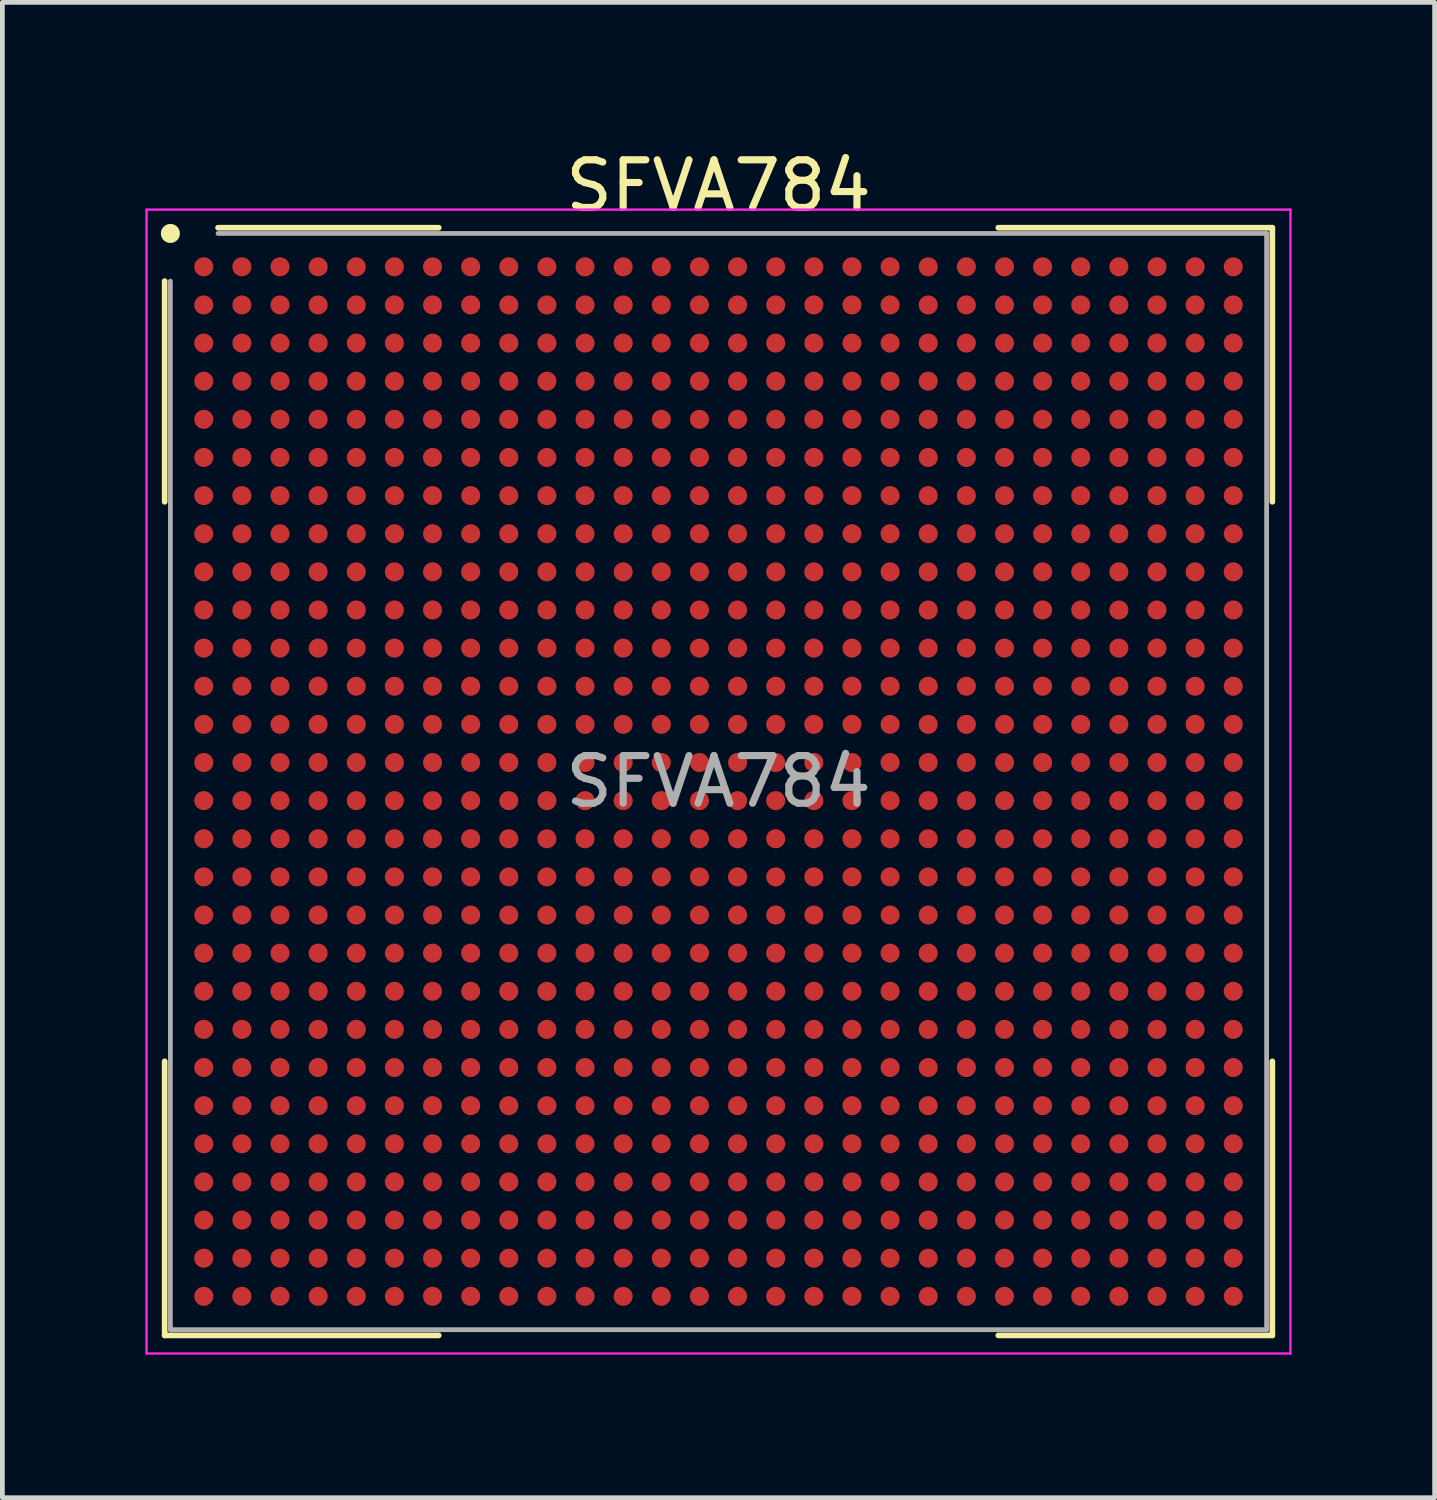
<source format=kicad_pcb>
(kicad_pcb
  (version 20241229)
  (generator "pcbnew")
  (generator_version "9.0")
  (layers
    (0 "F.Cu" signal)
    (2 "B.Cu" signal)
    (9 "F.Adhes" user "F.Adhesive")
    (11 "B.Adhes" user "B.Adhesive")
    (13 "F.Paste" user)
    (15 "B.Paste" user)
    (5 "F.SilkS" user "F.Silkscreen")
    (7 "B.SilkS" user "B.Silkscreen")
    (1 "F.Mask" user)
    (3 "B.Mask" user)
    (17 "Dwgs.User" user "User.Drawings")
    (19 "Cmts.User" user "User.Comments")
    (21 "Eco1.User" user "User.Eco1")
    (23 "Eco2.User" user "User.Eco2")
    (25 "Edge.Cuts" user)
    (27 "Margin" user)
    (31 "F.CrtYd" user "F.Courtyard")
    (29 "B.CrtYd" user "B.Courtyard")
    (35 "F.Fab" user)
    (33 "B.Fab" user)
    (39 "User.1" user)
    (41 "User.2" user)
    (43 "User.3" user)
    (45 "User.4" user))
  (footprint "SFVA784"
    (layer "F.Cu")
    (at 12.025 13.348)
    (property "Reference" "SFVA784" (at 0 -12.5 0) (layer "F.SilkS") (effects (font (size 1 1) (thickness 0.15))))
    (attr smd)
    (fp_line (start -11.62 -10.5) (end -11.62 -5.87) (stroke (width 0.12) (type default)) (layer "F.SilkS"))
    (fp_line (start -11.62 11.62) (end -11.62 5.87) (stroke (width 0.12) (type default)) (layer "F.SilkS"))
    (fp_line (start -5.87 -11.62) (end -10.5 -11.62) (stroke (width 0.12) (type default)) (layer "F.SilkS"))
    (fp_line (start -5.87 11.62) (end -11.62 11.62) (stroke (width 0.12) (type default)) (layer "F.SilkS"))
    (fp_line (start 5.87 -11.62) (end 11.62 -11.62) (stroke (width 0.12) (type default)) (layer "F.SilkS"))
    (fp_line (start 5.87 11.62) (end 11.62 11.62) (stroke (width 0.12) (type default)) (layer "F.SilkS"))
    (fp_line (start 11.62 -11.62) (end 11.62 -5.87) (stroke (width 0.12) (type default)) (layer "F.SilkS"))
    (fp_line (start 11.62 11.62) (end 11.62 5.87) (stroke (width 0.12) (type default)) (layer "F.SilkS"))
    (fp_circle (center -11.5 -11.5) (end -11.5 -11.4) (stroke (width 0.2) (type default)) (fill no) (layer "F.SilkS"))
    (fp_line (start -12 -12) (end 12 -12) (stroke (width 0.05) (type default)) (layer "F.CrtYd"))
    (fp_line (start -12 12) (end -12 -12) (stroke (width 0.05) (type default)) (layer "F.CrtYd"))
    (fp_line (start 12 -12) (end 12 12) (stroke (width 0.05) (type default)) (layer "F.CrtYd"))
    (fp_line (start 12 12) (end -12 12) (stroke (width 0.05) (type default)) (layer "F.CrtYd"))
    (fp_line (start -11.5 -10.5) (end -11.5 11.5) (stroke (width 0.1) (type default)) (layer "F.Fab"))
    (fp_line (start -11.5 11.5) (end 11.5 11.5) (stroke (width 0.1) (type default)) (layer "F.Fab"))
    (fp_line (start 11.5 -11.5) (end -10.5 -11.5) (stroke (width 0.1) (type default)) (layer "F.Fab"))
    (fp_line (start 11.5 11.5) (end 11.5 -11.5) (stroke (width 0.1) (type default)) (layer "F.Fab"))
    (fp_text user "${REFERENCE}" (at 0 0 0) (layer "F.Fab") (effects (font (size 1 1) (thickness 0.15))))
    (pad "A1" smd circle (at -10.8 -10.8) (size 0.4 0.4) (layers "F.Cu" "F.Mask" "F.Paste"))
    (pad "A2" smd circle (at -10 -10.8) (size 0.4 0.4) (layers "F.Cu" "F.Mask" "F.Paste"))
    (pad "A3" smd circle (at -9.2 -10.8) (size 0.4 0.4) (layers "F.Cu" "F.Mask" "F.Paste"))
    (pad "A4" smd circle (at -8.4 -10.8) (size 0.4 0.4) (layers "F.Cu" "F.Mask" "F.Paste"))
    (pad "A5" smd circle (at -7.6 -10.8) (size 0.4 0.4) (layers "F.Cu" "F.Mask" "F.Paste"))
    (pad "A6" smd circle (at -6.8 -10.8) (size 0.4 0.4) (layers "F.Cu" "F.Mask" "F.Paste"))
    (pad "A7" smd circle (at -6 -10.8) (size 0.4 0.4) (layers "F.Cu" "F.Mask" "F.Paste"))
    (pad "A8" smd circle (at -5.2 -10.8) (size 0.4 0.4) (layers "F.Cu" "F.Mask" "F.Paste"))
    (pad "A9" smd circle (at -4.4 -10.8) (size 0.4 0.4) (layers "F.Cu" "F.Mask" "F.Paste"))
    (pad "A10" smd circle (at -3.6 -10.8) (size 0.4 0.4) (layers "F.Cu" "F.Mask" "F.Paste"))
    (pad "A11" smd circle (at -2.8 -10.8) (size 0.4 0.4) (layers "F.Cu" "F.Mask" "F.Paste"))
    (pad "A12" smd circle (at -2 -10.8) (size 0.4 0.4) (layers "F.Cu" "F.Mask" "F.Paste"))
    (pad "A13" smd circle (at -1.2 -10.8) (size 0.4 0.4) (layers "F.Cu" "F.Mask" "F.Paste"))
    (pad "A14" smd circle (at -0.4 -10.8) (size 0.4 0.4) (layers "F.Cu" "F.Mask" "F.Paste"))
    (pad "A15" smd circle (at 0.4 -10.8) (size 0.4 0.4) (layers "F.Cu" "F.Mask" "F.Paste"))
    (pad "A16" smd circle (at 1.2 -10.8) (size 0.4 0.4) (layers "F.Cu" "F.Mask" "F.Paste"))
    (pad "A17" smd circle (at 2 -10.8) (size 0.4 0.4) (layers "F.Cu" "F.Mask" "F.Paste"))
    (pad "A18" smd circle (at 2.8 -10.8) (size 0.4 0.4) (layers "F.Cu" "F.Mask" "F.Paste"))
    (pad "A19" smd circle (at 3.6 -10.8) (size 0.4 0.4) (layers "F.Cu" "F.Mask" "F.Paste"))
    (pad "A20" smd circle (at 4.4 -10.8) (size 0.4 0.4) (layers "F.Cu" "F.Mask" "F.Paste"))
    (pad "A21" smd circle (at 5.2 -10.8) (size 0.4 0.4) (layers "F.Cu" "F.Mask" "F.Paste"))
    (pad "A22" smd circle (at 6 -10.8) (size 0.4 0.4) (layers "F.Cu" "F.Mask" "F.Paste"))
    (pad "A23" smd circle (at 6.8 -10.8) (size 0.4 0.4) (layers "F.Cu" "F.Mask" "F.Paste"))
    (pad "A24" smd circle (at 7.6 -10.8) (size 0.4 0.4) (layers "F.Cu" "F.Mask" "F.Paste"))
    (pad "A25" smd circle (at 8.4 -10.8) (size 0.4 0.4) (layers "F.Cu" "F.Mask" "F.Paste"))
    (pad "A26" smd circle (at 9.2 -10.8) (size 0.4 0.4) (layers "F.Cu" "F.Mask" "F.Paste"))
    (pad "A27" smd circle (at 10 -10.8) (size 0.4 0.4) (layers "F.Cu" "F.Mask" "F.Paste"))
    (pad "A28" smd circle (at 10.8 -10.8) (size 0.4 0.4) (layers "F.Cu" "F.Mask" "F.Paste"))
    (pad "AA1" smd circle (at -10.8 5.2) (size 0.4 0.4) (layers "F.Cu" "F.Mask" "F.Paste"))
    (pad "AA2" smd circle (at -10 5.2) (size 0.4 0.4) (layers "F.Cu" "F.Mask" "F.Paste"))
    (pad "AA3" smd circle (at -9.2 5.2) (size 0.4 0.4) (layers "F.Cu" "F.Mask" "F.Paste"))
    (pad "AA4" smd circle (at -8.4 5.2) (size 0.4 0.4) (layers "F.Cu" "F.Mask" "F.Paste"))
    (pad "AA5" smd circle (at -7.6 5.2) (size 0.4 0.4) (layers "F.Cu" "F.Mask" "F.Paste"))
    (pad "AA6" smd circle (at -6.8 5.2) (size 0.4 0.4) (layers "F.Cu" "F.Mask" "F.Paste"))
    (pad "AA7" smd circle (at -6 5.2) (size 0.4 0.4) (layers "F.Cu" "F.Mask" "F.Paste"))
    (pad "AA8" smd circle (at -5.2 5.2) (size 0.4 0.4) (layers "F.Cu" "F.Mask" "F.Paste"))
    (pad "AA9" smd circle (at -4.4 5.2) (size 0.4 0.4) (layers "F.Cu" "F.Mask" "F.Paste"))
    (pad "AA10" smd circle (at -3.6 5.2) (size 0.4 0.4) (layers "F.Cu" "F.Mask" "F.Paste"))
    (pad "AA11" smd circle (at -2.8 5.2) (size 0.4 0.4) (layers "F.Cu" "F.Mask" "F.Paste"))
    (pad "AA12" smd circle (at -2 5.2) (size 0.4 0.4) (layers "F.Cu" "F.Mask" "F.Paste"))
    (pad "AA13" smd circle (at -1.2 5.2) (size 0.4 0.4) (layers "F.Cu" "F.Mask" "F.Paste"))
    (pad "AA14" smd circle (at -0.4 5.2) (size 0.4 0.4) (layers "F.Cu" "F.Mask" "F.Paste"))
    (pad "AA15" smd circle (at 0.4 5.2) (size 0.4 0.4) (layers "F.Cu" "F.Mask" "F.Paste"))
    (pad "AA16" smd circle (at 1.2 5.2) (size 0.4 0.4) (layers "F.Cu" "F.Mask" "F.Paste"))
    (pad "AA17" smd circle (at 2 5.2) (size 0.4 0.4) (layers "F.Cu" "F.Mask" "F.Paste"))
    (pad "AA18" smd circle (at 2.8 5.2) (size 0.4 0.4) (layers "F.Cu" "F.Mask" "F.Paste"))
    (pad "AA19" smd circle (at 3.6 5.2) (size 0.4 0.4) (layers "F.Cu" "F.Mask" "F.Paste"))
    (pad "AA20" smd circle (at 4.4 5.2) (size 0.4 0.4) (layers "F.Cu" "F.Mask" "F.Paste"))
    (pad "AA21" smd circle (at 5.2 5.2) (size 0.4 0.4) (layers "F.Cu" "F.Mask" "F.Paste"))
    (pad "AA22" smd circle (at 6 5.2) (size 0.4 0.4) (layers "F.Cu" "F.Mask" "F.Paste"))
    (pad "AA23" smd circle (at 6.8 5.2) (size 0.4 0.4) (layers "F.Cu" "F.Mask" "F.Paste"))
    (pad "AA24" smd circle (at 7.6 5.2) (size 0.4 0.4) (layers "F.Cu" "F.Mask" "F.Paste"))
    (pad "AA25" smd circle (at 8.4 5.2) (size 0.4 0.4) (layers "F.Cu" "F.Mask" "F.Paste"))
    (pad "AA26" smd circle (at 9.2 5.2) (size 0.4 0.4) (layers "F.Cu" "F.Mask" "F.Paste"))
    (pad "AA27" smd circle (at 10 5.2) (size 0.4 0.4) (layers "F.Cu" "F.Mask" "F.Paste"))
    (pad "AA28" smd circle (at 10.8 5.2) (size 0.4 0.4) (layers "F.Cu" "F.Mask" "F.Paste"))
    (pad "AB1" smd circle (at -10.8 6) (size 0.4 0.4) (layers "F.Cu" "F.Mask" "F.Paste"))
    (pad "AB2" smd circle (at -10 6) (size 0.4 0.4) (layers "F.Cu" "F.Mask" "F.Paste"))
    (pad "AB3" smd circle (at -9.2 6) (size 0.4 0.4) (layers "F.Cu" "F.Mask" "F.Paste"))
    (pad "AB4" smd circle (at -8.4 6) (size 0.4 0.4) (layers "F.Cu" "F.Mask" "F.Paste"))
    (pad "AB5" smd circle (at -7.6 6) (size 0.4 0.4) (layers "F.Cu" "F.Mask" "F.Paste"))
    (pad "AB6" smd circle (at -6.8 6) (size 0.4 0.4) (layers "F.Cu" "F.Mask" "F.Paste"))
    (pad "AB7" smd circle (at -6 6) (size 0.4 0.4) (layers "F.Cu" "F.Mask" "F.Paste"))
    (pad "AB8" smd circle (at -5.2 6) (size 0.4 0.4) (layers "F.Cu" "F.Mask" "F.Paste"))
    (pad "AB9" smd circle (at -4.4 6) (size 0.4 0.4) (layers "F.Cu" "F.Mask" "F.Paste"))
    (pad "AB10" smd circle (at -3.6 6) (size 0.4 0.4) (layers "F.Cu" "F.Mask" "F.Paste"))
    (pad "AB11" smd circle (at -2.8 6) (size 0.4 0.4) (layers "F.Cu" "F.Mask" "F.Paste"))
    (pad "AB12" smd circle (at -2 6) (size 0.4 0.4) (layers "F.Cu" "F.Mask" "F.Paste"))
    (pad "AB13" smd circle (at -1.2 6) (size 0.4 0.4) (layers "F.Cu" "F.Mask" "F.Paste"))
    (pad "AB14" smd circle (at -0.4 6) (size 0.4 0.4) (layers "F.Cu" "F.Mask" "F.Paste"))
    (pad "AB15" smd circle (at 0.4 6) (size 0.4 0.4) (layers "F.Cu" "F.Mask" "F.Paste"))
    (pad "AB16" smd circle (at 1.2 6) (size 0.4 0.4) (layers "F.Cu" "F.Mask" "F.Paste"))
    (pad "AB17" smd circle (at 2 6) (size 0.4 0.4) (layers "F.Cu" "F.Mask" "F.Paste"))
    (pad "AB18" smd circle (at 2.8 6) (size 0.4 0.4) (layers "F.Cu" "F.Mask" "F.Paste"))
    (pad "AB19" smd circle (at 3.6 6) (size 0.4 0.4) (layers "F.Cu" "F.Mask" "F.Paste"))
    (pad "AB20" smd circle (at 4.4 6) (size 0.4 0.4) (layers "F.Cu" "F.Mask" "F.Paste"))
    (pad "AB21" smd circle (at 5.2 6) (size 0.4 0.4) (layers "F.Cu" "F.Mask" "F.Paste"))
    (pad "AB22" smd circle (at 6 6) (size 0.4 0.4) (layers "F.Cu" "F.Mask" "F.Paste"))
    (pad "AB23" smd circle (at 6.8 6) (size 0.4 0.4) (layers "F.Cu" "F.Mask" "F.Paste"))
    (pad "AB24" smd circle (at 7.6 6) (size 0.4 0.4) (layers "F.Cu" "F.Mask" "F.Paste"))
    (pad "AB25" smd circle (at 8.4 6) (size 0.4 0.4) (layers "F.Cu" "F.Mask" "F.Paste"))
    (pad "AB26" smd circle (at 9.2 6) (size 0.4 0.4) (layers "F.Cu" "F.Mask" "F.Paste"))
    (pad "AB27" smd circle (at 10 6) (size 0.4 0.4) (layers "F.Cu" "F.Mask" "F.Paste"))
    (pad "AB28" smd circle (at 10.8 6) (size 0.4 0.4) (layers "F.Cu" "F.Mask" "F.Paste"))
    (pad "AC1" smd circle (at -10.8 6.8) (size 0.4 0.4) (layers "F.Cu" "F.Mask" "F.Paste"))
    (pad "AC2" smd circle (at -10 6.8) (size 0.4 0.4) (layers "F.Cu" "F.Mask" "F.Paste"))
    (pad "AC3" smd circle (at -9.2 6.8) (size 0.4 0.4) (layers "F.Cu" "F.Mask" "F.Paste"))
    (pad "AC4" smd circle (at -8.4 6.8) (size 0.4 0.4) (layers "F.Cu" "F.Mask" "F.Paste"))
    (pad "AC5" smd circle (at -7.6 6.8) (size 0.4 0.4) (layers "F.Cu" "F.Mask" "F.Paste"))
    (pad "AC6" smd circle (at -6.8 6.8) (size 0.4 0.4) (layers "F.Cu" "F.Mask" "F.Paste"))
    (pad "AC7" smd circle (at -6 6.8) (size 0.4 0.4) (layers "F.Cu" "F.Mask" "F.Paste"))
    (pad "AC8" smd circle (at -5.2 6.8) (size 0.4 0.4) (layers "F.Cu" "F.Mask" "F.Paste"))
    (pad "AC9" smd circle (at -4.4 6.8) (size 0.4 0.4) (layers "F.Cu" "F.Mask" "F.Paste"))
    (pad "AC10" smd circle (at -3.6 6.8) (size 0.4 0.4) (layers "F.Cu" "F.Mask" "F.Paste"))
    (pad "AC11" smd circle (at -2.8 6.8) (size 0.4 0.4) (layers "F.Cu" "F.Mask" "F.Paste"))
    (pad "AC12" smd circle (at -2 6.8) (size 0.4 0.4) (layers "F.Cu" "F.Mask" "F.Paste"))
    (pad "AC13" smd circle (at -1.2 6.8) (size 0.4 0.4) (layers "F.Cu" "F.Mask" "F.Paste"))
    (pad "AC14" smd circle (at -0.4 6.8) (size 0.4 0.4) (layers "F.Cu" "F.Mask" "F.Paste"))
    (pad "AC15" smd circle (at 0.4 6.8) (size 0.4 0.4) (layers "F.Cu" "F.Mask" "F.Paste"))
    (pad "AC16" smd circle (at 1.2 6.8) (size 0.4 0.4) (layers "F.Cu" "F.Mask" "F.Paste"))
    (pad "AC17" smd circle (at 2 6.8) (size 0.4 0.4) (layers "F.Cu" "F.Mask" "F.Paste"))
    (pad "AC18" smd circle (at 2.8 6.8) (size 0.4 0.4) (layers "F.Cu" "F.Mask" "F.Paste"))
    (pad "AC19" smd circle (at 3.6 6.8) (size 0.4 0.4) (layers "F.Cu" "F.Mask" "F.Paste"))
    (pad "AC20" smd circle (at 4.4 6.8) (size 0.4 0.4) (layers "F.Cu" "F.Mask" "F.Paste"))
    (pad "AC21" smd circle (at 5.2 6.8) (size 0.4 0.4) (layers "F.Cu" "F.Mask" "F.Paste"))
    (pad "AC22" smd circle (at 6 6.8) (size 0.4 0.4) (layers "F.Cu" "F.Mask" "F.Paste"))
    (pad "AC23" smd circle (at 6.8 6.8) (size 0.4 0.4) (layers "F.Cu" "F.Mask" "F.Paste"))
    (pad "AC24" smd circle (at 7.6 6.8) (size 0.4 0.4) (layers "F.Cu" "F.Mask" "F.Paste"))
    (pad "AC25" smd circle (at 8.4 6.8) (size 0.4 0.4) (layers "F.Cu" "F.Mask" "F.Paste"))
    (pad "AC26" smd circle (at 9.2 6.8) (size 0.4 0.4) (layers "F.Cu" "F.Mask" "F.Paste"))
    (pad "AC27" smd circle (at 10 6.8) (size 0.4 0.4) (layers "F.Cu" "F.Mask" "F.Paste"))
    (pad "AC28" smd circle (at 10.8 6.8) (size 0.4 0.4) (layers "F.Cu" "F.Mask" "F.Paste"))
    (pad "AD1" smd circle (at -10.8 7.6) (size 0.4 0.4) (layers "F.Cu" "F.Mask" "F.Paste"))
    (pad "AD2" smd circle (at -10 7.6) (size 0.4 0.4) (layers "F.Cu" "F.Mask" "F.Paste"))
    (pad "AD3" smd circle (at -9.2 7.6) (size 0.4 0.4) (layers "F.Cu" "F.Mask" "F.Paste"))
    (pad "AD4" smd circle (at -8.4 7.6) (size 0.4 0.4) (layers "F.Cu" "F.Mask" "F.Paste"))
    (pad "AD5" smd circle (at -7.6 7.6) (size 0.4 0.4) (layers "F.Cu" "F.Mask" "F.Paste"))
    (pad "AD6" smd circle (at -6.8 7.6) (size 0.4 0.4) (layers "F.Cu" "F.Mask" "F.Paste"))
    (pad "AD7" smd circle (at -6 7.6) (size 0.4 0.4) (layers "F.Cu" "F.Mask" "F.Paste"))
    (pad "AD8" smd circle (at -5.2 7.6) (size 0.4 0.4) (layers "F.Cu" "F.Mask" "F.Paste"))
    (pad "AD9" smd circle (at -4.4 7.6) (size 0.4 0.4) (layers "F.Cu" "F.Mask" "F.Paste"))
    (pad "AD10" smd circle (at -3.6 7.6) (size 0.4 0.4) (layers "F.Cu" "F.Mask" "F.Paste"))
    (pad "AD11" smd circle (at -2.8 7.6) (size 0.4 0.4) (layers "F.Cu" "F.Mask" "F.Paste"))
    (pad "AD12" smd circle (at -2 7.6) (size 0.4 0.4) (layers "F.Cu" "F.Mask" "F.Paste"))
    (pad "AD13" smd circle (at -1.2 7.6) (size 0.4 0.4) (layers "F.Cu" "F.Mask" "F.Paste"))
    (pad "AD14" smd circle (at -0.4 7.6) (size 0.4 0.4) (layers "F.Cu" "F.Mask" "F.Paste"))
    (pad "AD15" smd circle (at 0.4 7.6) (size 0.4 0.4) (layers "F.Cu" "F.Mask" "F.Paste"))
    (pad "AD16" smd circle (at 1.2 7.6) (size 0.4 0.4) (layers "F.Cu" "F.Mask" "F.Paste"))
    (pad "AD17" smd circle (at 2 7.6) (size 0.4 0.4) (layers "F.Cu" "F.Mask" "F.Paste"))
    (pad "AD18" smd circle (at 2.8 7.6) (size 0.4 0.4) (layers "F.Cu" "F.Mask" "F.Paste"))
    (pad "AD19" smd circle (at 3.6 7.6) (size 0.4 0.4) (layers "F.Cu" "F.Mask" "F.Paste"))
    (pad "AD20" smd circle (at 4.4 7.6) (size 0.4 0.4) (layers "F.Cu" "F.Mask" "F.Paste"))
    (pad "AD21" smd circle (at 5.2 7.6) (size 0.4 0.4) (layers "F.Cu" "F.Mask" "F.Paste"))
    (pad "AD22" smd circle (at 6 7.6) (size 0.4 0.4) (layers "F.Cu" "F.Mask" "F.Paste"))
    (pad "AD23" smd circle (at 6.8 7.6) (size 0.4 0.4) (layers "F.Cu" "F.Mask" "F.Paste"))
    (pad "AD24" smd circle (at 7.6 7.6) (size 0.4 0.4) (layers "F.Cu" "F.Mask" "F.Paste"))
    (pad "AD25" smd circle (at 8.4 7.6) (size 0.4 0.4) (layers "F.Cu" "F.Mask" "F.Paste"))
    (pad "AD26" smd circle (at 9.2 7.6) (size 0.4 0.4) (layers "F.Cu" "F.Mask" "F.Paste"))
    (pad "AD27" smd circle (at 10 7.6) (size 0.4 0.4) (layers "F.Cu" "F.Mask" "F.Paste"))
    (pad "AD28" smd circle (at 10.8 7.6) (size 0.4 0.4) (layers "F.Cu" "F.Mask" "F.Paste"))
    (pad "AE1" smd circle (at -10.8 8.4) (size 0.4 0.4) (layers "F.Cu" "F.Mask" "F.Paste"))
    (pad "AE2" smd circle (at -10 8.4) (size 0.4 0.4) (layers "F.Cu" "F.Mask" "F.Paste"))
    (pad "AE3" smd circle (at -9.2 8.4) (size 0.4 0.4) (layers "F.Cu" "F.Mask" "F.Paste"))
    (pad "AE4" smd circle (at -8.4 8.4) (size 0.4 0.4) (layers "F.Cu" "F.Mask" "F.Paste"))
    (pad "AE5" smd circle (at -7.6 8.4) (size 0.4 0.4) (layers "F.Cu" "F.Mask" "F.Paste"))
    (pad "AE6" smd circle (at -6.8 8.4) (size 0.4 0.4) (layers "F.Cu" "F.Mask" "F.Paste"))
    (pad "AE7" smd circle (at -6 8.4) (size 0.4 0.4) (layers "F.Cu" "F.Mask" "F.Paste"))
    (pad "AE8" smd circle (at -5.2 8.4) (size 0.4 0.4) (layers "F.Cu" "F.Mask" "F.Paste"))
    (pad "AE9" smd circle (at -4.4 8.4) (size 0.4 0.4) (layers "F.Cu" "F.Mask" "F.Paste"))
    (pad "AE10" smd circle (at -3.6 8.4) (size 0.4 0.4) (layers "F.Cu" "F.Mask" "F.Paste"))
    (pad "AE11" smd circle (at -2.8 8.4) (size 0.4 0.4) (layers "F.Cu" "F.Mask" "F.Paste"))
    (pad "AE12" smd circle (at -2 8.4) (size 0.4 0.4) (layers "F.Cu" "F.Mask" "F.Paste"))
    (pad "AE13" smd circle (at -1.2 8.4) (size 0.4 0.4) (layers "F.Cu" "F.Mask" "F.Paste"))
    (pad "AE14" smd circle (at -0.4 8.4) (size 0.4 0.4) (layers "F.Cu" "F.Mask" "F.Paste"))
    (pad "AE15" smd circle (at 0.4 8.4) (size 0.4 0.4) (layers "F.Cu" "F.Mask" "F.Paste"))
    (pad "AE16" smd circle (at 1.2 8.4) (size 0.4 0.4) (layers "F.Cu" "F.Mask" "F.Paste"))
    (pad "AE17" smd circle (at 2 8.4) (size 0.4 0.4) (layers "F.Cu" "F.Mask" "F.Paste"))
    (pad "AE18" smd circle (at 2.8 8.4) (size 0.4 0.4) (layers "F.Cu" "F.Mask" "F.Paste"))
    (pad "AE19" smd circle (at 3.6 8.4) (size 0.4 0.4) (layers "F.Cu" "F.Mask" "F.Paste"))
    (pad "AE20" smd circle (at 4.4 8.4) (size 0.4 0.4) (layers "F.Cu" "F.Mask" "F.Paste"))
    (pad "AE21" smd circle (at 5.2 8.4) (size 0.4 0.4) (layers "F.Cu" "F.Mask" "F.Paste"))
    (pad "AE22" smd circle (at 6 8.4) (size 0.4 0.4) (layers "F.Cu" "F.Mask" "F.Paste"))
    (pad "AE23" smd circle (at 6.8 8.4) (size 0.4 0.4) (layers "F.Cu" "F.Mask" "F.Paste"))
    (pad "AE24" smd circle (at 7.6 8.4) (size 0.4 0.4) (layers "F.Cu" "F.Mask" "F.Paste"))
    (pad "AE25" smd circle (at 8.4 8.4) (size 0.4 0.4) (layers "F.Cu" "F.Mask" "F.Paste"))
    (pad "AE26" smd circle (at 9.2 8.4) (size 0.4 0.4) (layers "F.Cu" "F.Mask" "F.Paste"))
    (pad "AE27" smd circle (at 10 8.4) (size 0.4 0.4) (layers "F.Cu" "F.Mask" "F.Paste"))
    (pad "AE28" smd circle (at 10.8 8.4) (size 0.4 0.4) (layers "F.Cu" "F.Mask" "F.Paste"))
    (pad "AF1" smd circle (at -10.8 9.2) (size 0.4 0.4) (layers "F.Cu" "F.Mask" "F.Paste"))
    (pad "AF2" smd circle (at -10 9.2) (size 0.4 0.4) (layers "F.Cu" "F.Mask" "F.Paste"))
    (pad "AF3" smd circle (at -9.2 9.2) (size 0.4 0.4) (layers "F.Cu" "F.Mask" "F.Paste"))
    (pad "AF4" smd circle (at -8.4 9.2) (size 0.4 0.4) (layers "F.Cu" "F.Mask" "F.Paste"))
    (pad "AF5" smd circle (at -7.6 9.2) (size 0.4 0.4) (layers "F.Cu" "F.Mask" "F.Paste"))
    (pad "AF6" smd circle (at -6.8 9.2) (size 0.4 0.4) (layers "F.Cu" "F.Mask" "F.Paste"))
    (pad "AF7" smd circle (at -6 9.2) (size 0.4 0.4) (layers "F.Cu" "F.Mask" "F.Paste"))
    (pad "AF8" smd circle (at -5.2 9.2) (size 0.4 0.4) (layers "F.Cu" "F.Mask" "F.Paste"))
    (pad "AF9" smd circle (at -4.4 9.2) (size 0.4 0.4) (layers "F.Cu" "F.Mask" "F.Paste"))
    (pad "AF10" smd circle (at -3.6 9.2) (size 0.4 0.4) (layers "F.Cu" "F.Mask" "F.Paste"))
    (pad "AF11" smd circle (at -2.8 9.2) (size 0.4 0.4) (layers "F.Cu" "F.Mask" "F.Paste"))
    (pad "AF12" smd circle (at -2 9.2) (size 0.4 0.4) (layers "F.Cu" "F.Mask" "F.Paste"))
    (pad "AF13" smd circle (at -1.2 9.2) (size 0.4 0.4) (layers "F.Cu" "F.Mask" "F.Paste"))
    (pad "AF14" smd circle (at -0.4 9.2) (size 0.4 0.4) (layers "F.Cu" "F.Mask" "F.Paste"))
    (pad "AF15" smd circle (at 0.4 9.2) (size 0.4 0.4) (layers "F.Cu" "F.Mask" "F.Paste"))
    (pad "AF16" smd circle (at 1.2 9.2) (size 0.4 0.4) (layers "F.Cu" "F.Mask" "F.Paste"))
    (pad "AF17" smd circle (at 2 9.2) (size 0.4 0.4) (layers "F.Cu" "F.Mask" "F.Paste"))
    (pad "AF18" smd circle (at 2.8 9.2) (size 0.4 0.4) (layers "F.Cu" "F.Mask" "F.Paste"))
    (pad "AF19" smd circle (at 3.6 9.2) (size 0.4 0.4) (layers "F.Cu" "F.Mask" "F.Paste"))
    (pad "AF20" smd circle (at 4.4 9.2) (size 0.4 0.4) (layers "F.Cu" "F.Mask" "F.Paste"))
    (pad "AF21" smd circle (at 5.2 9.2) (size 0.4 0.4) (layers "F.Cu" "F.Mask" "F.Paste"))
    (pad "AF22" smd circle (at 6 9.2) (size 0.4 0.4) (layers "F.Cu" "F.Mask" "F.Paste"))
    (pad "AF23" smd circle (at 6.8 9.2) (size 0.4 0.4) (layers "F.Cu" "F.Mask" "F.Paste"))
    (pad "AF24" smd circle (at 7.6 9.2) (size 0.4 0.4) (layers "F.Cu" "F.Mask" "F.Paste"))
    (pad "AF25" smd circle (at 8.4 9.2) (size 0.4 0.4) (layers "F.Cu" "F.Mask" "F.Paste"))
    (pad "AF26" smd circle (at 9.2 9.2) (size 0.4 0.4) (layers "F.Cu" "F.Mask" "F.Paste"))
    (pad "AF27" smd circle (at 10 9.2) (size 0.4 0.4) (layers "F.Cu" "F.Mask" "F.Paste"))
    (pad "AF28" smd circle (at 10.8 9.2) (size 0.4 0.4) (layers "F.Cu" "F.Mask" "F.Paste"))
    (pad "AG1" smd circle (at -10.8 10) (size 0.4 0.4) (layers "F.Cu" "F.Mask" "F.Paste"))
    (pad "AG2" smd circle (at -10 10) (size 0.4 0.4) (layers "F.Cu" "F.Mask" "F.Paste"))
    (pad "AG3" smd circle (at -9.2 10) (size 0.4 0.4) (layers "F.Cu" "F.Mask" "F.Paste"))
    (pad "AG4" smd circle (at -8.4 10) (size 0.4 0.4) (layers "F.Cu" "F.Mask" "F.Paste"))
    (pad "AG5" smd circle (at -7.6 10) (size 0.4 0.4) (layers "F.Cu" "F.Mask" "F.Paste"))
    (pad "AG6" smd circle (at -6.8 10) (size 0.4 0.4) (layers "F.Cu" "F.Mask" "F.Paste"))
    (pad "AG7" smd circle (at -6 10) (size 0.4 0.4) (layers "F.Cu" "F.Mask" "F.Paste"))
    (pad "AG8" smd circle (at -5.2 10) (size 0.4 0.4) (layers "F.Cu" "F.Mask" "F.Paste"))
    (pad "AG9" smd circle (at -4.4 10) (size 0.4 0.4) (layers "F.Cu" "F.Mask" "F.Paste"))
    (pad "AG10" smd circle (at -3.6 10) (size 0.4 0.4) (layers "F.Cu" "F.Mask" "F.Paste"))
    (pad "AG11" smd circle (at -2.8 10) (size 0.4 0.4) (layers "F.Cu" "F.Mask" "F.Paste"))
    (pad "AG12" smd circle (at -2 10) (size 0.4 0.4) (layers "F.Cu" "F.Mask" "F.Paste"))
    (pad "AG13" smd circle (at -1.2 10) (size 0.4 0.4) (layers "F.Cu" "F.Mask" "F.Paste"))
    (pad "AG14" smd circle (at -0.4 10) (size 0.4 0.4) (layers "F.Cu" "F.Mask" "F.Paste"))
    (pad "AG15" smd circle (at 0.4 10) (size 0.4 0.4) (layers "F.Cu" "F.Mask" "F.Paste"))
    (pad "AG16" smd circle (at 1.2 10) (size 0.4 0.4) (layers "F.Cu" "F.Mask" "F.Paste"))
    (pad "AG17" smd circle (at 2 10) (size 0.4 0.4) (layers "F.Cu" "F.Mask" "F.Paste"))
    (pad "AG18" smd circle (at 2.8 10) (size 0.4 0.4) (layers "F.Cu" "F.Mask" "F.Paste"))
    (pad "AG19" smd circle (at 3.6 10) (size 0.4 0.4) (layers "F.Cu" "F.Mask" "F.Paste"))
    (pad "AG20" smd circle (at 4.4 10) (size 0.4 0.4) (layers "F.Cu" "F.Mask" "F.Paste"))
    (pad "AG21" smd circle (at 5.2 10) (size 0.4 0.4) (layers "F.Cu" "F.Mask" "F.Paste"))
    (pad "AG22" smd circle (at 6 10) (size 0.4 0.4) (layers "F.Cu" "F.Mask" "F.Paste"))
    (pad "AG23" smd circle (at 6.8 10) (size 0.4 0.4) (layers "F.Cu" "F.Mask" "F.Paste"))
    (pad "AG24" smd circle (at 7.6 10) (size 0.4 0.4) (layers "F.Cu" "F.Mask" "F.Paste"))
    (pad "AG25" smd circle (at 8.4 10) (size 0.4 0.4) (layers "F.Cu" "F.Mask" "F.Paste"))
    (pad "AG26" smd circle (at 9.2 10) (size 0.4 0.4) (layers "F.Cu" "F.Mask" "F.Paste"))
    (pad "AG27" smd circle (at 10 10) (size 0.4 0.4) (layers "F.Cu" "F.Mask" "F.Paste"))
    (pad "AG28" smd circle (at 10.8 10) (size 0.4 0.4) (layers "F.Cu" "F.Mask" "F.Paste"))
    (pad "AH1" smd circle (at -10.8 10.8) (size 0.4 0.4) (layers "F.Cu" "F.Mask" "F.Paste"))
    (pad "AH2" smd circle (at -10 10.8) (size 0.4 0.4) (layers "F.Cu" "F.Mask" "F.Paste"))
    (pad "AH3" smd circle (at -9.2 10.8) (size 0.4 0.4) (layers "F.Cu" "F.Mask" "F.Paste"))
    (pad "AH4" smd circle (at -8.4 10.8) (size 0.4 0.4) (layers "F.Cu" "F.Mask" "F.Paste"))
    (pad "AH5" smd circle (at -7.6 10.8) (size 0.4 0.4) (layers "F.Cu" "F.Mask" "F.Paste"))
    (pad "AH6" smd circle (at -6.8 10.8) (size 0.4 0.4) (layers "F.Cu" "F.Mask" "F.Paste"))
    (pad "AH7" smd circle (at -6 10.8) (size 0.4 0.4) (layers "F.Cu" "F.Mask" "F.Paste"))
    (pad "AH8" smd circle (at -5.2 10.8) (size 0.4 0.4) (layers "F.Cu" "F.Mask" "F.Paste"))
    (pad "AH9" smd circle (at -4.4 10.8) (size 0.4 0.4) (layers "F.Cu" "F.Mask" "F.Paste"))
    (pad "AH10" smd circle (at -3.6 10.8) (size 0.4 0.4) (layers "F.Cu" "F.Mask" "F.Paste"))
    (pad "AH11" smd circle (at -2.8 10.8) (size 0.4 0.4) (layers "F.Cu" "F.Mask" "F.Paste"))
    (pad "AH12" smd circle (at -2 10.8) (size 0.4 0.4) (layers "F.Cu" "F.Mask" "F.Paste"))
    (pad "AH13" smd circle (at -1.2 10.8) (size 0.4 0.4) (layers "F.Cu" "F.Mask" "F.Paste"))
    (pad "AH14" smd circle (at -0.4 10.8) (size 0.4 0.4) (layers "F.Cu" "F.Mask" "F.Paste"))
    (pad "AH15" smd circle (at 0.4 10.8) (size 0.4 0.4) (layers "F.Cu" "F.Mask" "F.Paste"))
    (pad "AH16" smd circle (at 1.2 10.8) (size 0.4 0.4) (layers "F.Cu" "F.Mask" "F.Paste"))
    (pad "AH17" smd circle (at 2 10.8) (size 0.4 0.4) (layers "F.Cu" "F.Mask" "F.Paste"))
    (pad "AH18" smd circle (at 2.8 10.8) (size 0.4 0.4) (layers "F.Cu" "F.Mask" "F.Paste"))
    (pad "AH19" smd circle (at 3.6 10.8) (size 0.4 0.4) (layers "F.Cu" "F.Mask" "F.Paste"))
    (pad "AH20" smd circle (at 4.4 10.8) (size 0.4 0.4) (layers "F.Cu" "F.Mask" "F.Paste"))
    (pad "AH21" smd circle (at 5.2 10.8) (size 0.4 0.4) (layers "F.Cu" "F.Mask" "F.Paste"))
    (pad "AH22" smd circle (at 6 10.8) (size 0.4 0.4) (layers "F.Cu" "F.Mask" "F.Paste"))
    (pad "AH23" smd circle (at 6.8 10.8) (size 0.4 0.4) (layers "F.Cu" "F.Mask" "F.Paste"))
    (pad "AH24" smd circle (at 7.6 10.8) (size 0.4 0.4) (layers "F.Cu" "F.Mask" "F.Paste"))
    (pad "AH25" smd circle (at 8.4 10.8) (size 0.4 0.4) (layers "F.Cu" "F.Mask" "F.Paste"))
    (pad "AH26" smd circle (at 9.2 10.8) (size 0.4 0.4) (layers "F.Cu" "F.Mask" "F.Paste"))
    (pad "AH27" smd circle (at 10 10.8) (size 0.4 0.4) (layers "F.Cu" "F.Mask" "F.Paste"))
    (pad "AH28" smd circle (at 10.8 10.8) (size 0.4 0.4) (layers "F.Cu" "F.Mask" "F.Paste"))
    (pad "B1" smd circle (at -10.8 -10) (size 0.4 0.4) (layers "F.Cu" "F.Mask" "F.Paste"))
    (pad "B2" smd circle (at -10 -10) (size 0.4 0.4) (layers "F.Cu" "F.Mask" "F.Paste"))
    (pad "B3" smd circle (at -9.2 -10) (size 0.4 0.4) (layers "F.Cu" "F.Mask" "F.Paste"))
    (pad "B4" smd circle (at -8.4 -10) (size 0.4 0.4) (layers "F.Cu" "F.Mask" "F.Paste"))
    (pad "B5" smd circle (at -7.6 -10) (size 0.4 0.4) (layers "F.Cu" "F.Mask" "F.Paste"))
    (pad "B6" smd circle (at -6.8 -10) (size 0.4 0.4) (layers "F.Cu" "F.Mask" "F.Paste"))
    (pad "B7" smd circle (at -6 -10) (size 0.4 0.4) (layers "F.Cu" "F.Mask" "F.Paste"))
    (pad "B8" smd circle (at -5.2 -10) (size 0.4 0.4) (layers "F.Cu" "F.Mask" "F.Paste"))
    (pad "B9" smd circle (at -4.4 -10) (size 0.4 0.4) (layers "F.Cu" "F.Mask" "F.Paste"))
    (pad "B10" smd circle (at -3.6 -10) (size 0.4 0.4) (layers "F.Cu" "F.Mask" "F.Paste"))
    (pad "B11" smd circle (at -2.8 -10) (size 0.4 0.4) (layers "F.Cu" "F.Mask" "F.Paste"))
    (pad "B12" smd circle (at -2 -10) (size 0.4 0.4) (layers "F.Cu" "F.Mask" "F.Paste"))
    (pad "B13" smd circle (at -1.2 -10) (size 0.4 0.4) (layers "F.Cu" "F.Mask" "F.Paste"))
    (pad "B14" smd circle (at -0.4 -10) (size 0.4 0.4) (layers "F.Cu" "F.Mask" "F.Paste"))
    (pad "B15" smd circle (at 0.4 -10) (size 0.4 0.4) (layers "F.Cu" "F.Mask" "F.Paste"))
    (pad "B16" smd circle (at 1.2 -10) (size 0.4 0.4) (layers "F.Cu" "F.Mask" "F.Paste"))
    (pad "B17" smd circle (at 2 -10) (size 0.4 0.4) (layers "F.Cu" "F.Mask" "F.Paste"))
    (pad "B18" smd circle (at 2.8 -10) (size 0.4 0.4) (layers "F.Cu" "F.Mask" "F.Paste"))
    (pad "B19" smd circle (at 3.6 -10) (size 0.4 0.4) (layers "F.Cu" "F.Mask" "F.Paste"))
    (pad "B20" smd circle (at 4.4 -10) (size 0.4 0.4) (layers "F.Cu" "F.Mask" "F.Paste"))
    (pad "B21" smd circle (at 5.2 -10) (size 0.4 0.4) (layers "F.Cu" "F.Mask" "F.Paste"))
    (pad "B22" smd circle (at 6 -10) (size 0.4 0.4) (layers "F.Cu" "F.Mask" "F.Paste"))
    (pad "B23" smd circle (at 6.8 -10) (size 0.4 0.4) (layers "F.Cu" "F.Mask" "F.Paste"))
    (pad "B24" smd circle (at 7.6 -10) (size 0.4 0.4) (layers "F.Cu" "F.Mask" "F.Paste"))
    (pad "B25" smd circle (at 8.4 -10) (size 0.4 0.4) (layers "F.Cu" "F.Mask" "F.Paste"))
    (pad "B26" smd circle (at 9.2 -10) (size 0.4 0.4) (layers "F.Cu" "F.Mask" "F.Paste"))
    (pad "B27" smd circle (at 10 -10) (size 0.4 0.4) (layers "F.Cu" "F.Mask" "F.Paste"))
    (pad "B28" smd circle (at 10.8 -10) (size 0.4 0.4) (layers "F.Cu" "F.Mask" "F.Paste"))
    (pad "C1" smd circle (at -10.8 -9.2) (size 0.4 0.4) (layers "F.Cu" "F.Mask" "F.Paste"))
    (pad "C2" smd circle (at -10 -9.2) (size 0.4 0.4) (layers "F.Cu" "F.Mask" "F.Paste"))
    (pad "C3" smd circle (at -9.2 -9.2) (size 0.4 0.4) (layers "F.Cu" "F.Mask" "F.Paste"))
    (pad "C4" smd circle (at -8.4 -9.2) (size 0.4 0.4) (layers "F.Cu" "F.Mask" "F.Paste"))
    (pad "C5" smd circle (at -7.6 -9.2) (size 0.4 0.4) (layers "F.Cu" "F.Mask" "F.Paste"))
    (pad "C6" smd circle (at -6.8 -9.2) (size 0.4 0.4) (layers "F.Cu" "F.Mask" "F.Paste"))
    (pad "C7" smd circle (at -6 -9.2) (size 0.4 0.4) (layers "F.Cu" "F.Mask" "F.Paste"))
    (pad "C8" smd circle (at -5.2 -9.2) (size 0.4 0.4) (layers "F.Cu" "F.Mask" "F.Paste"))
    (pad "C9" smd circle (at -4.4 -9.2) (size 0.4 0.4) (layers "F.Cu" "F.Mask" "F.Paste"))
    (pad "C10" smd circle (at -3.6 -9.2) (size 0.4 0.4) (layers "F.Cu" "F.Mask" "F.Paste"))
    (pad "C11" smd circle (at -2.8 -9.2) (size 0.4 0.4) (layers "F.Cu" "F.Mask" "F.Paste"))
    (pad "C12" smd circle (at -2 -9.2) (size 0.4 0.4) (layers "F.Cu" "F.Mask" "F.Paste"))
    (pad "C13" smd circle (at -1.2 -9.2) (size 0.4 0.4) (layers "F.Cu" "F.Mask" "F.Paste"))
    (pad "C14" smd circle (at -0.4 -9.2) (size 0.4 0.4) (layers "F.Cu" "F.Mask" "F.Paste"))
    (pad "C15" smd circle (at 0.4 -9.2) (size 0.4 0.4) (layers "F.Cu" "F.Mask" "F.Paste"))
    (pad "C16" smd circle (at 1.2 -9.2) (size 0.4 0.4) (layers "F.Cu" "F.Mask" "F.Paste"))
    (pad "C17" smd circle (at 2 -9.2) (size 0.4 0.4) (layers "F.Cu" "F.Mask" "F.Paste"))
    (pad "C18" smd circle (at 2.8 -9.2) (size 0.4 0.4) (layers "F.Cu" "F.Mask" "F.Paste"))
    (pad "C19" smd circle (at 3.6 -9.2) (size 0.4 0.4) (layers "F.Cu" "F.Mask" "F.Paste"))
    (pad "C20" smd circle (at 4.4 -9.2) (size 0.4 0.4) (layers "F.Cu" "F.Mask" "F.Paste"))
    (pad "C21" smd circle (at 5.2 -9.2) (size 0.4 0.4) (layers "F.Cu" "F.Mask" "F.Paste"))
    (pad "C22" smd circle (at 6 -9.2) (size 0.4 0.4) (layers "F.Cu" "F.Mask" "F.Paste"))
    (pad "C23" smd circle (at 6.8 -9.2) (size 0.4 0.4) (layers "F.Cu" "F.Mask" "F.Paste"))
    (pad "C24" smd circle (at 7.6 -9.2) (size 0.4 0.4) (layers "F.Cu" "F.Mask" "F.Paste"))
    (pad "C25" smd circle (at 8.4 -9.2) (size 0.4 0.4) (layers "F.Cu" "F.Mask" "F.Paste"))
    (pad "C26" smd circle (at 9.2 -9.2) (size 0.4 0.4) (layers "F.Cu" "F.Mask" "F.Paste"))
    (pad "C27" smd circle (at 10 -9.2) (size 0.4 0.4) (layers "F.Cu" "F.Mask" "F.Paste"))
    (pad "C28" smd circle (at 10.8 -9.2) (size 0.4 0.4) (layers "F.Cu" "F.Mask" "F.Paste"))
    (pad "D1" smd circle (at -10.8 -8.4) (size 0.4 0.4) (layers "F.Cu" "F.Mask" "F.Paste"))
    (pad "D2" smd circle (at -10 -8.4) (size 0.4 0.4) (layers "F.Cu" "F.Mask" "F.Paste"))
    (pad "D3" smd circle (at -9.2 -8.4) (size 0.4 0.4) (layers "F.Cu" "F.Mask" "F.Paste"))
    (pad "D4" smd circle (at -8.4 -8.4) (size 0.4 0.4) (layers "F.Cu" "F.Mask" "F.Paste"))
    (pad "D5" smd circle (at -7.6 -8.4) (size 0.4 0.4) (layers "F.Cu" "F.Mask" "F.Paste"))
    (pad "D6" smd circle (at -6.8 -8.4) (size 0.4 0.4) (layers "F.Cu" "F.Mask" "F.Paste"))
    (pad "D7" smd circle (at -6 -8.4) (size 0.4 0.4) (layers "F.Cu" "F.Mask" "F.Paste"))
    (pad "D8" smd circle (at -5.2 -8.4) (size 0.4 0.4) (layers "F.Cu" "F.Mask" "F.Paste"))
    (pad "D9" smd circle (at -4.4 -8.4) (size 0.4 0.4) (layers "F.Cu" "F.Mask" "F.Paste"))
    (pad "D10" smd circle (at -3.6 -8.4) (size 0.4 0.4) (layers "F.Cu" "F.Mask" "F.Paste"))
    (pad "D11" smd circle (at -2.8 -8.4) (size 0.4 0.4) (layers "F.Cu" "F.Mask" "F.Paste"))
    (pad "D12" smd circle (at -2 -8.4) (size 0.4 0.4) (layers "F.Cu" "F.Mask" "F.Paste"))
    (pad "D13" smd circle (at -1.2 -8.4) (size 0.4 0.4) (layers "F.Cu" "F.Mask" "F.Paste"))
    (pad "D14" smd circle (at -0.4 -8.4) (size 0.4 0.4) (layers "F.Cu" "F.Mask" "F.Paste"))
    (pad "D15" smd circle (at 0.4 -8.4) (size 0.4 0.4) (layers "F.Cu" "F.Mask" "F.Paste"))
    (pad "D16" smd circle (at 1.2 -8.4) (size 0.4 0.4) (layers "F.Cu" "F.Mask" "F.Paste"))
    (pad "D17" smd circle (at 2 -8.4) (size 0.4 0.4) (layers "F.Cu" "F.Mask" "F.Paste"))
    (pad "D18" smd circle (at 2.8 -8.4) (size 0.4 0.4) (layers "F.Cu" "F.Mask" "F.Paste"))
    (pad "D19" smd circle (at 3.6 -8.4) (size 0.4 0.4) (layers "F.Cu" "F.Mask" "F.Paste"))
    (pad "D20" smd circle (at 4.4 -8.4) (size 0.4 0.4) (layers "F.Cu" "F.Mask" "F.Paste"))
    (pad "D21" smd circle (at 5.2 -8.4) (size 0.4 0.4) (layers "F.Cu" "F.Mask" "F.Paste"))
    (pad "D22" smd circle (at 6 -8.4) (size 0.4 0.4) (layers "F.Cu" "F.Mask" "F.Paste"))
    (pad "D23" smd circle (at 6.8 -8.4) (size 0.4 0.4) (layers "F.Cu" "F.Mask" "F.Paste"))
    (pad "D24" smd circle (at 7.6 -8.4) (size 0.4 0.4) (layers "F.Cu" "F.Mask" "F.Paste"))
    (pad "D25" smd circle (at 8.4 -8.4) (size 0.4 0.4) (layers "F.Cu" "F.Mask" "F.Paste"))
    (pad "D26" smd circle (at 9.2 -8.4) (size 0.4 0.4) (layers "F.Cu" "F.Mask" "F.Paste"))
    (pad "D27" smd circle (at 10 -8.4) (size 0.4 0.4) (layers "F.Cu" "F.Mask" "F.Paste"))
    (pad "D28" smd circle (at 10.8 -8.4) (size 0.4 0.4) (layers "F.Cu" "F.Mask" "F.Paste"))
    (pad "E1" smd circle (at -10.8 -7.6) (size 0.4 0.4) (layers "F.Cu" "F.Mask" "F.Paste"))
    (pad "E2" smd circle (at -10 -7.6) (size 0.4 0.4) (layers "F.Cu" "F.Mask" "F.Paste"))
    (pad "E3" smd circle (at -9.2 -7.6) (size 0.4 0.4) (layers "F.Cu" "F.Mask" "F.Paste"))
    (pad "E4" smd circle (at -8.4 -7.6) (size 0.4 0.4) (layers "F.Cu" "F.Mask" "F.Paste"))
    (pad "E5" smd circle (at -7.6 -7.6) (size 0.4 0.4) (layers "F.Cu" "F.Mask" "F.Paste"))
    (pad "E6" smd circle (at -6.8 -7.6) (size 0.4 0.4) (layers "F.Cu" "F.Mask" "F.Paste"))
    (pad "E7" smd circle (at -6 -7.6) (size 0.4 0.4) (layers "F.Cu" "F.Mask" "F.Paste"))
    (pad "E8" smd circle (at -5.2 -7.6) (size 0.4 0.4) (layers "F.Cu" "F.Mask" "F.Paste"))
    (pad "E9" smd circle (at -4.4 -7.6) (size 0.4 0.4) (layers "F.Cu" "F.Mask" "F.Paste"))
    (pad "E10" smd circle (at -3.6 -7.6) (size 0.4 0.4) (layers "F.Cu" "F.Mask" "F.Paste"))
    (pad "E11" smd circle (at -2.8 -7.6) (size 0.4 0.4) (layers "F.Cu" "F.Mask" "F.Paste"))
    (pad "E12" smd circle (at -2 -7.6) (size 0.4 0.4) (layers "F.Cu" "F.Mask" "F.Paste"))
    (pad "E13" smd circle (at -1.2 -7.6) (size 0.4 0.4) (layers "F.Cu" "F.Mask" "F.Paste"))
    (pad "E14" smd circle (at -0.4 -7.6) (size 0.4 0.4) (layers "F.Cu" "F.Mask" "F.Paste"))
    (pad "E15" smd circle (at 0.4 -7.6) (size 0.4 0.4) (layers "F.Cu" "F.Mask" "F.Paste"))
    (pad "E16" smd circle (at 1.2 -7.6) (size 0.4 0.4) (layers "F.Cu" "F.Mask" "F.Paste"))
    (pad "E17" smd circle (at 2 -7.6) (size 0.4 0.4) (layers "F.Cu" "F.Mask" "F.Paste"))
    (pad "E18" smd circle (at 2.8 -7.6) (size 0.4 0.4) (layers "F.Cu" "F.Mask" "F.Paste"))
    (pad "E19" smd circle (at 3.6 -7.6) (size 0.4 0.4) (layers "F.Cu" "F.Mask" "F.Paste"))
    (pad "E20" smd circle (at 4.4 -7.6) (size 0.4 0.4) (layers "F.Cu" "F.Mask" "F.Paste"))
    (pad "E21" smd circle (at 5.2 -7.6) (size 0.4 0.4) (layers "F.Cu" "F.Mask" "F.Paste"))
    (pad "E22" smd circle (at 6 -7.6) (size 0.4 0.4) (layers "F.Cu" "F.Mask" "F.Paste"))
    (pad "E23" smd circle (at 6.8 -7.6) (size 0.4 0.4) (layers "F.Cu" "F.Mask" "F.Paste"))
    (pad "E24" smd circle (at 7.6 -7.6) (size 0.4 0.4) (layers "F.Cu" "F.Mask" "F.Paste"))
    (pad "E25" smd circle (at 8.4 -7.6) (size 0.4 0.4) (layers "F.Cu" "F.Mask" "F.Paste"))
    (pad "E26" smd circle (at 9.2 -7.6) (size 0.4 0.4) (layers "F.Cu" "F.Mask" "F.Paste"))
    (pad "E27" smd circle (at 10 -7.6) (size 0.4 0.4) (layers "F.Cu" "F.Mask" "F.Paste"))
    (pad "E28" smd circle (at 10.8 -7.6) (size 0.4 0.4) (layers "F.Cu" "F.Mask" "F.Paste"))
    (pad "F1" smd circle (at -10.8 -6.8) (size 0.4 0.4) (layers "F.Cu" "F.Mask" "F.Paste"))
    (pad "F2" smd circle (at -10 -6.8) (size 0.4 0.4) (layers "F.Cu" "F.Mask" "F.Paste"))
    (pad "F3" smd circle (at -9.2 -6.8) (size 0.4 0.4) (layers "F.Cu" "F.Mask" "F.Paste"))
    (pad "F4" smd circle (at -8.4 -6.8) (size 0.4 0.4) (layers "F.Cu" "F.Mask" "F.Paste"))
    (pad "F5" smd circle (at -7.6 -6.8) (size 0.4 0.4) (layers "F.Cu" "F.Mask" "F.Paste"))
    (pad "F6" smd circle (at -6.8 -6.8) (size 0.4 0.4) (layers "F.Cu" "F.Mask" "F.Paste"))
    (pad "F7" smd circle (at -6 -6.8) (size 0.4 0.4) (layers "F.Cu" "F.Mask" "F.Paste"))
    (pad "F8" smd circle (at -5.2 -6.8) (size 0.4 0.4) (layers "F.Cu" "F.Mask" "F.Paste"))
    (pad "F9" smd circle (at -4.4 -6.8) (size 0.4 0.4) (layers "F.Cu" "F.Mask" "F.Paste"))
    (pad "F10" smd circle (at -3.6 -6.8) (size 0.4 0.4) (layers "F.Cu" "F.Mask" "F.Paste"))
    (pad "F11" smd circle (at -2.8 -6.8) (size 0.4 0.4) (layers "F.Cu" "F.Mask" "F.Paste"))
    (pad "F12" smd circle (at -2 -6.8) (size 0.4 0.4) (layers "F.Cu" "F.Mask" "F.Paste"))
    (pad "F13" smd circle (at -1.2 -6.8) (size 0.4 0.4) (layers "F.Cu" "F.Mask" "F.Paste"))
    (pad "F14" smd circle (at -0.4 -6.8) (size 0.4 0.4) (layers "F.Cu" "F.Mask" "F.Paste"))
    (pad "F15" smd circle (at 0.4 -6.8) (size 0.4 0.4) (layers "F.Cu" "F.Mask" "F.Paste"))
    (pad "F16" smd circle (at 1.2 -6.8) (size 0.4 0.4) (layers "F.Cu" "F.Mask" "F.Paste"))
    (pad "F17" smd circle (at 2 -6.8) (size 0.4 0.4) (layers "F.Cu" "F.Mask" "F.Paste"))
    (pad "F18" smd circle (at 2.8 -6.8) (size 0.4 0.4) (layers "F.Cu" "F.Mask" "F.Paste"))
    (pad "F19" smd circle (at 3.6 -6.8) (size 0.4 0.4) (layers "F.Cu" "F.Mask" "F.Paste"))
    (pad "F20" smd circle (at 4.4 -6.8) (size 0.4 0.4) (layers "F.Cu" "F.Mask" "F.Paste"))
    (pad "F21" smd circle (at 5.2 -6.8) (size 0.4 0.4) (layers "F.Cu" "F.Mask" "F.Paste"))
    (pad "F22" smd circle (at 6 -6.8) (size 0.4 0.4) (layers "F.Cu" "F.Mask" "F.Paste"))
    (pad "F23" smd circle (at 6.8 -6.8) (size 0.4 0.4) (layers "F.Cu" "F.Mask" "F.Paste"))
    (pad "F24" smd circle (at 7.6 -6.8) (size 0.4 0.4) (layers "F.Cu" "F.Mask" "F.Paste"))
    (pad "F25" smd circle (at 8.4 -6.8) (size 0.4 0.4) (layers "F.Cu" "F.Mask" "F.Paste"))
    (pad "F26" smd circle (at 9.2 -6.8) (size 0.4 0.4) (layers "F.Cu" "F.Mask" "F.Paste"))
    (pad "F27" smd circle (at 10 -6.8) (size 0.4 0.4) (layers "F.Cu" "F.Mask" "F.Paste"))
    (pad "F28" smd circle (at 10.8 -6.8) (size 0.4 0.4) (layers "F.Cu" "F.Mask" "F.Paste"))
    (pad "G1" smd circle (at -10.8 -6) (size 0.4 0.4) (layers "F.Cu" "F.Mask" "F.Paste"))
    (pad "G2" smd circle (at -10 -6) (size 0.4 0.4) (layers "F.Cu" "F.Mask" "F.Paste"))
    (pad "G3" smd circle (at -9.2 -6) (size 0.4 0.4) (layers "F.Cu" "F.Mask" "F.Paste"))
    (pad "G4" smd circle (at -8.4 -6) (size 0.4 0.4) (layers "F.Cu" "F.Mask" "F.Paste"))
    (pad "G5" smd circle (at -7.6 -6) (size 0.4 0.4) (layers "F.Cu" "F.Mask" "F.Paste"))
    (pad "G6" smd circle (at -6.8 -6) (size 0.4 0.4) (layers "F.Cu" "F.Mask" "F.Paste"))
    (pad "G7" smd circle (at -6 -6) (size 0.4 0.4) (layers "F.Cu" "F.Mask" "F.Paste"))
    (pad "G8" smd circle (at -5.2 -6) (size 0.4 0.4) (layers "F.Cu" "F.Mask" "F.Paste"))
    (pad "G9" smd circle (at -4.4 -6) (size 0.4 0.4) (layers "F.Cu" "F.Mask" "F.Paste"))
    (pad "G10" smd circle (at -3.6 -6) (size 0.4 0.4) (layers "F.Cu" "F.Mask" "F.Paste"))
    (pad "G11" smd circle (at -2.8 -6) (size 0.4 0.4) (layers "F.Cu" "F.Mask" "F.Paste"))
    (pad "G12" smd circle (at -2 -6) (size 0.4 0.4) (layers "F.Cu" "F.Mask" "F.Paste"))
    (pad "G13" smd circle (at -1.2 -6) (size 0.4 0.4) (layers "F.Cu" "F.Mask" "F.Paste"))
    (pad "G14" smd circle (at -0.4 -6) (size 0.4 0.4) (layers "F.Cu" "F.Mask" "F.Paste"))
    (pad "G15" smd circle (at 0.4 -6) (size 0.4 0.4) (layers "F.Cu" "F.Mask" "F.Paste"))
    (pad "G16" smd circle (at 1.2 -6) (size 0.4 0.4) (layers "F.Cu" "F.Mask" "F.Paste"))
    (pad "G17" smd circle (at 2 -6) (size 0.4 0.4) (layers "F.Cu" "F.Mask" "F.Paste"))
    (pad "G18" smd circle (at 2.8 -6) (size 0.4 0.4) (layers "F.Cu" "F.Mask" "F.Paste"))
    (pad "G19" smd circle (at 3.6 -6) (size 0.4 0.4) (layers "F.Cu" "F.Mask" "F.Paste"))
    (pad "G20" smd circle (at 4.4 -6) (size 0.4 0.4) (layers "F.Cu" "F.Mask" "F.Paste"))
    (pad "G21" smd circle (at 5.2 -6) (size 0.4 0.4) (layers "F.Cu" "F.Mask" "F.Paste"))
    (pad "G22" smd circle (at 6 -6) (size 0.4 0.4) (layers "F.Cu" "F.Mask" "F.Paste"))
    (pad "G23" smd circle (at 6.8 -6) (size 0.4 0.4) (layers "F.Cu" "F.Mask" "F.Paste"))
    (pad "G24" smd circle (at 7.6 -6) (size 0.4 0.4) (layers "F.Cu" "F.Mask" "F.Paste"))
    (pad "G25" smd circle (at 8.4 -6) (size 0.4 0.4) (layers "F.Cu" "F.Mask" "F.Paste"))
    (pad "G26" smd circle (at 9.2 -6) (size 0.4 0.4) (layers "F.Cu" "F.Mask" "F.Paste"))
    (pad "G27" smd circle (at 10 -6) (size 0.4 0.4) (layers "F.Cu" "F.Mask" "F.Paste"))
    (pad "G28" smd circle (at 10.8 -6) (size 0.4 0.4) (layers "F.Cu" "F.Mask" "F.Paste"))
    (pad "H1" smd circle (at -10.8 -5.2) (size 0.4 0.4) (layers "F.Cu" "F.Mask" "F.Paste"))
    (pad "H2" smd circle (at -10 -5.2) (size 0.4 0.4) (layers "F.Cu" "F.Mask" "F.Paste"))
    (pad "H3" smd circle (at -9.2 -5.2) (size 0.4 0.4) (layers "F.Cu" "F.Mask" "F.Paste"))
    (pad "H4" smd circle (at -8.4 -5.2) (size 0.4 0.4) (layers "F.Cu" "F.Mask" "F.Paste"))
    (pad "H5" smd circle (at -7.6 -5.2) (size 0.4 0.4) (layers "F.Cu" "F.Mask" "F.Paste"))
    (pad "H6" smd circle (at -6.8 -5.2) (size 0.4 0.4) (layers "F.Cu" "F.Mask" "F.Paste"))
    (pad "H7" smd circle (at -6 -5.2) (size 0.4 0.4) (layers "F.Cu" "F.Mask" "F.Paste"))
    (pad "H8" smd circle (at -5.2 -5.2) (size 0.4 0.4) (layers "F.Cu" "F.Mask" "F.Paste"))
    (pad "H9" smd circle (at -4.4 -5.2) (size 0.4 0.4) (layers "F.Cu" "F.Mask" "F.Paste"))
    (pad "H10" smd circle (at -3.6 -5.2) (size 0.4 0.4) (layers "F.Cu" "F.Mask" "F.Paste"))
    (pad "H11" smd circle (at -2.8 -5.2) (size 0.4 0.4) (layers "F.Cu" "F.Mask" "F.Paste"))
    (pad "H12" smd circle (at -2 -5.2) (size 0.4 0.4) (layers "F.Cu" "F.Mask" "F.Paste"))
    (pad "H13" smd circle (at -1.2 -5.2) (size 0.4 0.4) (layers "F.Cu" "F.Mask" "F.Paste"))
    (pad "H14" smd circle (at -0.4 -5.2) (size 0.4 0.4) (layers "F.Cu" "F.Mask" "F.Paste"))
    (pad "H15" smd circle (at 0.4 -5.2) (size 0.4 0.4) (layers "F.Cu" "F.Mask" "F.Paste"))
    (pad "H16" smd circle (at 1.2 -5.2) (size 0.4 0.4) (layers "F.Cu" "F.Mask" "F.Paste"))
    (pad "H17" smd circle (at 2 -5.2) (size 0.4 0.4) (layers "F.Cu" "F.Mask" "F.Paste"))
    (pad "H18" smd circle (at 2.8 -5.2) (size 0.4 0.4) (layers "F.Cu" "F.Mask" "F.Paste"))
    (pad "H19" smd circle (at 3.6 -5.2) (size 0.4 0.4) (layers "F.Cu" "F.Mask" "F.Paste"))
    (pad "H20" smd circle (at 4.4 -5.2) (size 0.4 0.4) (layers "F.Cu" "F.Mask" "F.Paste"))
    (pad "H21" smd circle (at 5.2 -5.2) (size 0.4 0.4) (layers "F.Cu" "F.Mask" "F.Paste"))
    (pad "H22" smd circle (at 6 -5.2) (size 0.4 0.4) (layers "F.Cu" "F.Mask" "F.Paste"))
    (pad "H23" smd circle (at 6.8 -5.2) (size 0.4 0.4) (layers "F.Cu" "F.Mask" "F.Paste"))
    (pad "H24" smd circle (at 7.6 -5.2) (size 0.4 0.4) (layers "F.Cu" "F.Mask" "F.Paste"))
    (pad "H25" smd circle (at 8.4 -5.2) (size 0.4 0.4) (layers "F.Cu" "F.Mask" "F.Paste"))
    (pad "H26" smd circle (at 9.2 -5.2) (size 0.4 0.4) (layers "F.Cu" "F.Mask" "F.Paste"))
    (pad "H27" smd circle (at 10 -5.2) (size 0.4 0.4) (layers "F.Cu" "F.Mask" "F.Paste"))
    (pad "H28" smd circle (at 10.8 -5.2) (size 0.4 0.4) (layers "F.Cu" "F.Mask" "F.Paste"))
    (pad "J1" smd circle (at -10.8 -4.4) (size 0.4 0.4) (layers "F.Cu" "F.Mask" "F.Paste"))
    (pad "J2" smd circle (at -10 -4.4) (size 0.4 0.4) (layers "F.Cu" "F.Mask" "F.Paste"))
    (pad "J3" smd circle (at -9.2 -4.4) (size 0.4 0.4) (layers "F.Cu" "F.Mask" "F.Paste"))
    (pad "J4" smd circle (at -8.4 -4.4) (size 0.4 0.4) (layers "F.Cu" "F.Mask" "F.Paste"))
    (pad "J5" smd circle (at -7.6 -4.4) (size 0.4 0.4) (layers "F.Cu" "F.Mask" "F.Paste"))
    (pad "J6" smd circle (at -6.8 -4.4) (size 0.4 0.4) (layers "F.Cu" "F.Mask" "F.Paste"))
    (pad "J7" smd circle (at -6 -4.4) (size 0.4 0.4) (layers "F.Cu" "F.Mask" "F.Paste"))
    (pad "J8" smd circle (at -5.2 -4.4) (size 0.4 0.4) (layers "F.Cu" "F.Mask" "F.Paste"))
    (pad "J9" smd circle (at -4.4 -4.4) (size 0.4 0.4) (layers "F.Cu" "F.Mask" "F.Paste"))
    (pad "J10" smd circle (at -3.6 -4.4) (size 0.4 0.4) (layers "F.Cu" "F.Mask" "F.Paste"))
    (pad "J11" smd circle (at -2.8 -4.4) (size 0.4 0.4) (layers "F.Cu" "F.Mask" "F.Paste"))
    (pad "J12" smd circle (at -2 -4.4) (size 0.4 0.4) (layers "F.Cu" "F.Mask" "F.Paste"))
    (pad "J13" smd circle (at -1.2 -4.4) (size 0.4 0.4) (layers "F.Cu" "F.Mask" "F.Paste"))
    (pad "J14" smd circle (at -0.4 -4.4) (size 0.4 0.4) (layers "F.Cu" "F.Mask" "F.Paste"))
    (pad "J15" smd circle (at 0.4 -4.4) (size 0.4 0.4) (layers "F.Cu" "F.Mask" "F.Paste"))
    (pad "J16" smd circle (at 1.2 -4.4) (size 0.4 0.4) (layers "F.Cu" "F.Mask" "F.Paste"))
    (pad "J17" smd circle (at 2 -4.4) (size 0.4 0.4) (layers "F.Cu" "F.Mask" "F.Paste"))
    (pad "J18" smd circle (at 2.8 -4.4) (size 0.4 0.4) (layers "F.Cu" "F.Mask" "F.Paste"))
    (pad "J19" smd circle (at 3.6 -4.4) (size 0.4 0.4) (layers "F.Cu" "F.Mask" "F.Paste"))
    (pad "J20" smd circle (at 4.4 -4.4) (size 0.4 0.4) (layers "F.Cu" "F.Mask" "F.Paste"))
    (pad "J21" smd circle (at 5.2 -4.4) (size 0.4 0.4) (layers "F.Cu" "F.Mask" "F.Paste"))
    (pad "J22" smd circle (at 6 -4.4) (size 0.4 0.4) (layers "F.Cu" "F.Mask" "F.Paste"))
    (pad "J23" smd circle (at 6.8 -4.4) (size 0.4 0.4) (layers "F.Cu" "F.Mask" "F.Paste"))
    (pad "J24" smd circle (at 7.6 -4.4) (size 0.4 0.4) (layers "F.Cu" "F.Mask" "F.Paste"))
    (pad "J25" smd circle (at 8.4 -4.4) (size 0.4 0.4) (layers "F.Cu" "F.Mask" "F.Paste"))
    (pad "J26" smd circle (at 9.2 -4.4) (size 0.4 0.4) (layers "F.Cu" "F.Mask" "F.Paste"))
    (pad "J27" smd circle (at 10 -4.4) (size 0.4 0.4) (layers "F.Cu" "F.Mask" "F.Paste"))
    (pad "J28" smd circle (at 10.8 -4.4) (size 0.4 0.4) (layers "F.Cu" "F.Mask" "F.Paste"))
    (pad "K1" smd circle (at -10.8 -3.6) (size 0.4 0.4) (layers "F.Cu" "F.Mask" "F.Paste"))
    (pad "K2" smd circle (at -10 -3.6) (size 0.4 0.4) (layers "F.Cu" "F.Mask" "F.Paste"))
    (pad "K3" smd circle (at -9.2 -3.6) (size 0.4 0.4) (layers "F.Cu" "F.Mask" "F.Paste"))
    (pad "K4" smd circle (at -8.4 -3.6) (size 0.4 0.4) (layers "F.Cu" "F.Mask" "F.Paste"))
    (pad "K5" smd circle (at -7.6 -3.6) (size 0.4 0.4) (layers "F.Cu" "F.Mask" "F.Paste"))
    (pad "K6" smd circle (at -6.8 -3.6) (size 0.4 0.4) (layers "F.Cu" "F.Mask" "F.Paste"))
    (pad "K7" smd circle (at -6 -3.6) (size 0.4 0.4) (layers "F.Cu" "F.Mask" "F.Paste"))
    (pad "K8" smd circle (at -5.2 -3.6) (size 0.4 0.4) (layers "F.Cu" "F.Mask" "F.Paste"))
    (pad "K9" smd circle (at -4.4 -3.6) (size 0.4 0.4) (layers "F.Cu" "F.Mask" "F.Paste"))
    (pad "K10" smd circle (at -3.6 -3.6) (size 0.4 0.4) (layers "F.Cu" "F.Mask" "F.Paste"))
    (pad "K11" smd circle (at -2.8 -3.6) (size 0.4 0.4) (layers "F.Cu" "F.Mask" "F.Paste"))
    (pad "K12" smd circle (at -2 -3.6) (size 0.4 0.4) (layers "F.Cu" "F.Mask" "F.Paste"))
    (pad "K13" smd circle (at -1.2 -3.6) (size 0.4 0.4) (layers "F.Cu" "F.Mask" "F.Paste"))
    (pad "K14" smd circle (at -0.4 -3.6) (size 0.4 0.4) (layers "F.Cu" "F.Mask" "F.Paste"))
    (pad "K15" smd circle (at 0.4 -3.6) (size 0.4 0.4) (layers "F.Cu" "F.Mask" "F.Paste"))
    (pad "K16" smd circle (at 1.2 -3.6) (size 0.4 0.4) (layers "F.Cu" "F.Mask" "F.Paste"))
    (pad "K17" smd circle (at 2 -3.6) (size 0.4 0.4) (layers "F.Cu" "F.Mask" "F.Paste"))
    (pad "K18" smd circle (at 2.8 -3.6) (size 0.4 0.4) (layers "F.Cu" "F.Mask" "F.Paste"))
    (pad "K19" smd circle (at 3.6 -3.6) (size 0.4 0.4) (layers "F.Cu" "F.Mask" "F.Paste"))
    (pad "K20" smd circle (at 4.4 -3.6) (size 0.4 0.4) (layers "F.Cu" "F.Mask" "F.Paste"))
    (pad "K21" smd circle (at 5.2 -3.6) (size 0.4 0.4) (layers "F.Cu" "F.Mask" "F.Paste"))
    (pad "K22" smd circle (at 6 -3.6) (size 0.4 0.4) (layers "F.Cu" "F.Mask" "F.Paste"))
    (pad "K23" smd circle (at 6.8 -3.6) (size 0.4 0.4) (layers "F.Cu" "F.Mask" "F.Paste"))
    (pad "K24" smd circle (at 7.6 -3.6) (size 0.4 0.4) (layers "F.Cu" "F.Mask" "F.Paste"))
    (pad "K25" smd circle (at 8.4 -3.6) (size 0.4 0.4) (layers "F.Cu" "F.Mask" "F.Paste"))
    (pad "K26" smd circle (at 9.2 -3.6) (size 0.4 0.4) (layers "F.Cu" "F.Mask" "F.Paste"))
    (pad "K27" smd circle (at 10 -3.6) (size 0.4 0.4) (layers "F.Cu" "F.Mask" "F.Paste"))
    (pad "K28" smd circle (at 10.8 -3.6) (size 0.4 0.4) (layers "F.Cu" "F.Mask" "F.Paste"))
    (pad "L1" smd circle (at -10.8 -2.8) (size 0.4 0.4) (layers "F.Cu" "F.Mask" "F.Paste"))
    (pad "L2" smd circle (at -10 -2.8) (size 0.4 0.4) (layers "F.Cu" "F.Mask" "F.Paste"))
    (pad "L3" smd circle (at -9.2 -2.8) (size 0.4 0.4) (layers "F.Cu" "F.Mask" "F.Paste"))
    (pad "L4" smd circle (at -8.4 -2.8) (size 0.4 0.4) (layers "F.Cu" "F.Mask" "F.Paste"))
    (pad "L5" smd circle (at -7.6 -2.8) (size 0.4 0.4) (layers "F.Cu" "F.Mask" "F.Paste"))
    (pad "L6" smd circle (at -6.8 -2.8) (size 0.4 0.4) (layers "F.Cu" "F.Mask" "F.Paste"))
    (pad "L7" smd circle (at -6 -2.8) (size 0.4 0.4) (layers "F.Cu" "F.Mask" "F.Paste"))
    (pad "L8" smd circle (at -5.2 -2.8) (size 0.4 0.4) (layers "F.Cu" "F.Mask" "F.Paste"))
    (pad "L9" smd circle (at -4.4 -2.8) (size 0.4 0.4) (layers "F.Cu" "F.Mask" "F.Paste"))
    (pad "L10" smd circle (at -3.6 -2.8) (size 0.4 0.4) (layers "F.Cu" "F.Mask" "F.Paste"))
    (pad "L11" smd circle (at -2.8 -2.8) (size 0.4 0.4) (layers "F.Cu" "F.Mask" "F.Paste"))
    (pad "L12" smd circle (at -2 -2.8) (size 0.4 0.4) (layers "F.Cu" "F.Mask" "F.Paste"))
    (pad "L13" smd circle (at -1.2 -2.8) (size 0.4 0.4) (layers "F.Cu" "F.Mask" "F.Paste"))
    (pad "L14" smd circle (at -0.4 -2.8) (size 0.4 0.4) (layers "F.Cu" "F.Mask" "F.Paste"))
    (pad "L15" smd circle (at 0.4 -2.8) (size 0.4 0.4) (layers "F.Cu" "F.Mask" "F.Paste"))
    (pad "L16" smd circle (at 1.2 -2.8) (size 0.4 0.4) (layers "F.Cu" "F.Mask" "F.Paste"))
    (pad "L17" smd circle (at 2 -2.8) (size 0.4 0.4) (layers "F.Cu" "F.Mask" "F.Paste"))
    (pad "L18" smd circle (at 2.8 -2.8) (size 0.4 0.4) (layers "F.Cu" "F.Mask" "F.Paste"))
    (pad "L19" smd circle (at 3.6 -2.8) (size 0.4 0.4) (layers "F.Cu" "F.Mask" "F.Paste"))
    (pad "L20" smd circle (at 4.4 -2.8) (size 0.4 0.4) (layers "F.Cu" "F.Mask" "F.Paste"))
    (pad "L21" smd circle (at 5.2 -2.8) (size 0.4 0.4) (layers "F.Cu" "F.Mask" "F.Paste"))
    (pad "L22" smd circle (at 6 -2.8) (size 0.4 0.4) (layers "F.Cu" "F.Mask" "F.Paste"))
    (pad "L23" smd circle (at 6.8 -2.8) (size 0.4 0.4) (layers "F.Cu" "F.Mask" "F.Paste"))
    (pad "L24" smd circle (at 7.6 -2.8) (size 0.4 0.4) (layers "F.Cu" "F.Mask" "F.Paste"))
    (pad "L25" smd circle (at 8.4 -2.8) (size 0.4 0.4) (layers "F.Cu" "F.Mask" "F.Paste"))
    (pad "L26" smd circle (at 9.2 -2.8) (size 0.4 0.4) (layers "F.Cu" "F.Mask" "F.Paste"))
    (pad "L27" smd circle (at 10 -2.8) (size 0.4 0.4) (layers "F.Cu" "F.Mask" "F.Paste"))
    (pad "L28" smd circle (at 10.8 -2.8) (size 0.4 0.4) (layers "F.Cu" "F.Mask" "F.Paste"))
    (pad "M1" smd circle (at -10.8 -2) (size 0.4 0.4) (layers "F.Cu" "F.Mask" "F.Paste"))
    (pad "M2" smd circle (at -10 -2) (size 0.4 0.4) (layers "F.Cu" "F.Mask" "F.Paste"))
    (pad "M3" smd circle (at -9.2 -2) (size 0.4 0.4) (layers "F.Cu" "F.Mask" "F.Paste"))
    (pad "M4" smd circle (at -8.4 -2) (size 0.4 0.4) (layers "F.Cu" "F.Mask" "F.Paste"))
    (pad "M5" smd circle (at -7.6 -2) (size 0.4 0.4) (layers "F.Cu" "F.Mask" "F.Paste"))
    (pad "M6" smd circle (at -6.8 -2) (size 0.4 0.4) (layers "F.Cu" "F.Mask" "F.Paste"))
    (pad "M7" smd circle (at -6 -2) (size 0.4 0.4) (layers "F.Cu" "F.Mask" "F.Paste"))
    (pad "M8" smd circle (at -5.2 -2) (size 0.4 0.4) (layers "F.Cu" "F.Mask" "F.Paste"))
    (pad "M9" smd circle (at -4.4 -2) (size 0.4 0.4) (layers "F.Cu" "F.Mask" "F.Paste"))
    (pad "M10" smd circle (at -3.6 -2) (size 0.4 0.4) (layers "F.Cu" "F.Mask" "F.Paste"))
    (pad "M11" smd circle (at -2.8 -2) (size 0.4 0.4) (layers "F.Cu" "F.Mask" "F.Paste"))
    (pad "M12" smd circle (at -2 -2) (size 0.4 0.4) (layers "F.Cu" "F.Mask" "F.Paste"))
    (pad "M13" smd circle (at -1.2 -2) (size 0.4 0.4) (layers "F.Cu" "F.Mask" "F.Paste"))
    (pad "M14" smd circle (at -0.4 -2) (size 0.4 0.4) (layers "F.Cu" "F.Mask" "F.Paste"))
    (pad "M15" smd circle (at 0.4 -2) (size 0.4 0.4) (layers "F.Cu" "F.Mask" "F.Paste"))
    (pad "M16" smd circle (at 1.2 -2) (size 0.4 0.4) (layers "F.Cu" "F.Mask" "F.Paste"))
    (pad "M17" smd circle (at 2 -2) (size 0.4 0.4) (layers "F.Cu" "F.Mask" "F.Paste"))
    (pad "M18" smd circle (at 2.8 -2) (size 0.4 0.4) (layers "F.Cu" "F.Mask" "F.Paste"))
    (pad "M19" smd circle (at 3.6 -2) (size 0.4 0.4) (layers "F.Cu" "F.Mask" "F.Paste"))
    (pad "M20" smd circle (at 4.4 -2) (size 0.4 0.4) (layers "F.Cu" "F.Mask" "F.Paste"))
    (pad "M21" smd circle (at 5.2 -2) (size 0.4 0.4) (layers "F.Cu" "F.Mask" "F.Paste"))
    (pad "M22" smd circle (at 6 -2) (size 0.4 0.4) (layers "F.Cu" "F.Mask" "F.Paste"))
    (pad "M23" smd circle (at 6.8 -2) (size 0.4 0.4) (layers "F.Cu" "F.Mask" "F.Paste"))
    (pad "M24" smd circle (at 7.6 -2) (size 0.4 0.4) (layers "F.Cu" "F.Mask" "F.Paste"))
    (pad "M25" smd circle (at 8.4 -2) (size 0.4 0.4) (layers "F.Cu" "F.Mask" "F.Paste"))
    (pad "M26" smd circle (at 9.2 -2) (size 0.4 0.4) (layers "F.Cu" "F.Mask" "F.Paste"))
    (pad "M27" smd circle (at 10 -2) (size 0.4 0.4) (layers "F.Cu" "F.Mask" "F.Paste"))
    (pad "M28" smd circle (at 10.8 -2) (size 0.4 0.4) (layers "F.Cu" "F.Mask" "F.Paste"))
    (pad "N1" smd circle (at -10.8 -1.2) (size 0.4 0.4) (layers "F.Cu" "F.Mask" "F.Paste"))
    (pad "N2" smd circle (at -10 -1.2) (size 0.4 0.4) (layers "F.Cu" "F.Mask" "F.Paste"))
    (pad "N3" smd circle (at -9.2 -1.2) (size 0.4 0.4) (layers "F.Cu" "F.Mask" "F.Paste"))
    (pad "N4" smd circle (at -8.4 -1.2) (size 0.4 0.4) (layers "F.Cu" "F.Mask" "F.Paste"))
    (pad "N5" smd circle (at -7.6 -1.2) (size 0.4 0.4) (layers "F.Cu" "F.Mask" "F.Paste"))
    (pad "N6" smd circle (at -6.8 -1.2) (size 0.4 0.4) (layers "F.Cu" "F.Mask" "F.Paste"))
    (pad "N7" smd circle (at -6 -1.2) (size 0.4 0.4) (layers "F.Cu" "F.Mask" "F.Paste"))
    (pad "N8" smd circle (at -5.2 -1.2) (size 0.4 0.4) (layers "F.Cu" "F.Mask" "F.Paste"))
    (pad "N9" smd circle (at -4.4 -1.2) (size 0.4 0.4) (layers "F.Cu" "F.Mask" "F.Paste"))
    (pad "N10" smd circle (at -3.6 -1.2) (size 0.4 0.4) (layers "F.Cu" "F.Mask" "F.Paste"))
    (pad "N11" smd circle (at -2.8 -1.2) (size 0.4 0.4) (layers "F.Cu" "F.Mask" "F.Paste"))
    (pad "N12" smd circle (at -2 -1.2) (size 0.4 0.4) (layers "F.Cu" "F.Mask" "F.Paste"))
    (pad "N13" smd circle (at -1.2 -1.2) (size 0.4 0.4) (layers "F.Cu" "F.Mask" "F.Paste"))
    (pad "N14" smd circle (at -0.4 -1.2) (size 0.4 0.4) (layers "F.Cu" "F.Mask" "F.Paste"))
    (pad "N15" smd circle (at 0.4 -1.2) (size 0.4 0.4) (layers "F.Cu" "F.Mask" "F.Paste"))
    (pad "N16" smd circle (at 1.2 -1.2) (size 0.4 0.4) (layers "F.Cu" "F.Mask" "F.Paste"))
    (pad "N17" smd circle (at 2 -1.2) (size 0.4 0.4) (layers "F.Cu" "F.Mask" "F.Paste"))
    (pad "N18" smd circle (at 2.8 -1.2) (size 0.4 0.4) (layers "F.Cu" "F.Mask" "F.Paste"))
    (pad "N19" smd circle (at 3.6 -1.2) (size 0.4 0.4) (layers "F.Cu" "F.Mask" "F.Paste"))
    (pad "N20" smd circle (at 4.4 -1.2) (size 0.4 0.4) (layers "F.Cu" "F.Mask" "F.Paste"))
    (pad "N21" smd circle (at 5.2 -1.2) (size 0.4 0.4) (layers "F.Cu" "F.Mask" "F.Paste"))
    (pad "N22" smd circle (at 6 -1.2) (size 0.4 0.4) (layers "F.Cu" "F.Mask" "F.Paste"))
    (pad "N23" smd circle (at 6.8 -1.2) (size 0.4 0.4) (layers "F.Cu" "F.Mask" "F.Paste"))
    (pad "N24" smd circle (at 7.6 -1.2) (size 0.4 0.4) (layers "F.Cu" "F.Mask" "F.Paste"))
    (pad "N25" smd circle (at 8.4 -1.2) (size 0.4 0.4) (layers "F.Cu" "F.Mask" "F.Paste"))
    (pad "N26" smd circle (at 9.2 -1.2) (size 0.4 0.4) (layers "F.Cu" "F.Mask" "F.Paste"))
    (pad "N27" smd circle (at 10 -1.2) (size 0.4 0.4) (layers "F.Cu" "F.Mask" "F.Paste"))
    (pad "N28" smd circle (at 10.8 -1.2) (size 0.4 0.4) (layers "F.Cu" "F.Mask" "F.Paste"))
    (pad "P1" smd circle (at -10.8 -0.4) (size 0.4 0.4) (layers "F.Cu" "F.Mask" "F.Paste"))
    (pad "P2" smd circle (at -10 -0.4) (size 0.4 0.4) (layers "F.Cu" "F.Mask" "F.Paste"))
    (pad "P3" smd circle (at -9.2 -0.4) (size 0.4 0.4) (layers "F.Cu" "F.Mask" "F.Paste"))
    (pad "P4" smd circle (at -8.4 -0.4) (size 0.4 0.4) (layers "F.Cu" "F.Mask" "F.Paste"))
    (pad "P5" smd circle (at -7.6 -0.4) (size 0.4 0.4) (layers "F.Cu" "F.Mask" "F.Paste"))
    (pad "P6" smd circle (at -6.8 -0.4) (size 0.4 0.4) (layers "F.Cu" "F.Mask" "F.Paste"))
    (pad "P7" smd circle (at -6 -0.4) (size 0.4 0.4) (layers "F.Cu" "F.Mask" "F.Paste"))
    (pad "P8" smd circle (at -5.2 -0.4) (size 0.4 0.4) (layers "F.Cu" "F.Mask" "F.Paste"))
    (pad "P9" smd circle (at -4.4 -0.4) (size 0.4 0.4) (layers "F.Cu" "F.Mask" "F.Paste"))
    (pad "P10" smd circle (at -3.6 -0.4) (size 0.4 0.4) (layers "F.Cu" "F.Mask" "F.Paste"))
    (pad "P11" smd circle (at -2.8 -0.4) (size 0.4 0.4) (layers "F.Cu" "F.Mask" "F.Paste"))
    (pad "P12" smd circle (at -2 -0.4) (size 0.4 0.4) (layers "F.Cu" "F.Mask" "F.Paste"))
    (pad "P13" smd circle (at -1.2 -0.4) (size 0.4 0.4) (layers "F.Cu" "F.Mask" "F.Paste"))
    (pad "P14" smd circle (at -0.4 -0.4) (size 0.4 0.4) (layers "F.Cu" "F.Mask" "F.Paste"))
    (pad "P15" smd circle (at 0.4 -0.4) (size 0.4 0.4) (layers "F.Cu" "F.Mask" "F.Paste"))
    (pad "P16" smd circle (at 1.2 -0.4) (size 0.4 0.4) (layers "F.Cu" "F.Mask" "F.Paste"))
    (pad "P17" smd circle (at 2 -0.4) (size 0.4 0.4) (layers "F.Cu" "F.Mask" "F.Paste"))
    (pad "P18" smd circle (at 2.8 -0.4) (size 0.4 0.4) (layers "F.Cu" "F.Mask" "F.Paste"))
    (pad "P19" smd circle (at 3.6 -0.4) (size 0.4 0.4) (layers "F.Cu" "F.Mask" "F.Paste"))
    (pad "P20" smd circle (at 4.4 -0.4) (size 0.4 0.4) (layers "F.Cu" "F.Mask" "F.Paste"))
    (pad "P21" smd circle (at 5.2 -0.4) (size 0.4 0.4) (layers "F.Cu" "F.Mask" "F.Paste"))
    (pad "P22" smd circle (at 6 -0.4) (size 0.4 0.4) (layers "F.Cu" "F.Mask" "F.Paste"))
    (pad "P23" smd circle (at 6.8 -0.4) (size 0.4 0.4) (layers "F.Cu" "F.Mask" "F.Paste"))
    (pad "P24" smd circle (at 7.6 -0.4) (size 0.4 0.4) (layers "F.Cu" "F.Mask" "F.Paste"))
    (pad "P25" smd circle (at 8.4 -0.4) (size 0.4 0.4) (layers "F.Cu" "F.Mask" "F.Paste"))
    (pad "P26" smd circle (at 9.2 -0.4) (size 0.4 0.4) (layers "F.Cu" "F.Mask" "F.Paste"))
    (pad "P27" smd circle (at 10 -0.4) (size 0.4 0.4) (layers "F.Cu" "F.Mask" "F.Paste"))
    (pad "P28" smd circle (at 10.8 -0.4) (size 0.4 0.4) (layers "F.Cu" "F.Mask" "F.Paste"))
    (pad "R1" smd circle (at -10.8 0.4) (size 0.4 0.4) (layers "F.Cu" "F.Mask" "F.Paste"))
    (pad "R2" smd circle (at -10 0.4) (size 0.4 0.4) (layers "F.Cu" "F.Mask" "F.Paste"))
    (pad "R3" smd circle (at -9.2 0.4) (size 0.4 0.4) (layers "F.Cu" "F.Mask" "F.Paste"))
    (pad "R4" smd circle (at -8.4 0.4) (size 0.4 0.4) (layers "F.Cu" "F.Mask" "F.Paste"))
    (pad "R5" smd circle (at -7.6 0.4) (size 0.4 0.4) (layers "F.Cu" "F.Mask" "F.Paste"))
    (pad "R6" smd circle (at -6.8 0.4) (size 0.4 0.4) (layers "F.Cu" "F.Mask" "F.Paste"))
    (pad "R7" smd circle (at -6 0.4) (size 0.4 0.4) (layers "F.Cu" "F.Mask" "F.Paste"))
    (pad "R8" smd circle (at -5.2 0.4) (size 0.4 0.4) (layers "F.Cu" "F.Mask" "F.Paste"))
    (pad "R9" smd circle (at -4.4 0.4) (size 0.4 0.4) (layers "F.Cu" "F.Mask" "F.Paste"))
    (pad "R10" smd circle (at -3.6 0.4) (size 0.4 0.4) (layers "F.Cu" "F.Mask" "F.Paste"))
    (pad "R11" smd circle (at -2.8 0.4) (size 0.4 0.4) (layers "F.Cu" "F.Mask" "F.Paste"))
    (pad "R12" smd circle (at -2 0.4) (size 0.4 0.4) (layers "F.Cu" "F.Mask" "F.Paste"))
    (pad "R13" smd circle (at -1.2 0.4) (size 0.4 0.4) (layers "F.Cu" "F.Mask" "F.Paste"))
    (pad "R14" smd circle (at -0.4 0.4) (size 0.4 0.4) (layers "F.Cu" "F.Mask" "F.Paste"))
    (pad "R15" smd circle (at 0.4 0.4) (size 0.4 0.4) (layers "F.Cu" "F.Mask" "F.Paste"))
    (pad "R16" smd circle (at 1.2 0.4) (size 0.4 0.4) (layers "F.Cu" "F.Mask" "F.Paste"))
    (pad "R17" smd circle (at 2 0.4) (size 0.4 0.4) (layers "F.Cu" "F.Mask" "F.Paste"))
    (pad "R18" smd circle (at 2.8 0.4) (size 0.4 0.4) (layers "F.Cu" "F.Mask" "F.Paste"))
    (pad "R19" smd circle (at 3.6 0.4) (size 0.4 0.4) (layers "F.Cu" "F.Mask" "F.Paste"))
    (pad "R20" smd circle (at 4.4 0.4) (size 0.4 0.4) (layers "F.Cu" "F.Mask" "F.Paste"))
    (pad "R21" smd circle (at 5.2 0.4) (size 0.4 0.4) (layers "F.Cu" "F.Mask" "F.Paste"))
    (pad "R22" smd circle (at 6 0.4) (size 0.4 0.4) (layers "F.Cu" "F.Mask" "F.Paste"))
    (pad "R23" smd circle (at 6.8 0.4) (size 0.4 0.4) (layers "F.Cu" "F.Mask" "F.Paste"))
    (pad "R24" smd circle (at 7.6 0.4) (size 0.4 0.4) (layers "F.Cu" "F.Mask" "F.Paste"))
    (pad "R25" smd circle (at 8.4 0.4) (size 0.4 0.4) (layers "F.Cu" "F.Mask" "F.Paste"))
    (pad "R26" smd circle (at 9.2 0.4) (size 0.4 0.4) (layers "F.Cu" "F.Mask" "F.Paste"))
    (pad "R27" smd circle (at 10 0.4) (size 0.4 0.4) (layers "F.Cu" "F.Mask" "F.Paste"))
    (pad "R28" smd circle (at 10.8 0.4) (size 0.4 0.4) (layers "F.Cu" "F.Mask" "F.Paste"))
    (pad "T1" smd circle (at -10.8 1.2) (size 0.4 0.4) (layers "F.Cu" "F.Mask" "F.Paste"))
    (pad "T2" smd circle (at -10 1.2) (size 0.4 0.4) (layers "F.Cu" "F.Mask" "F.Paste"))
    (pad "T3" smd circle (at -9.2 1.2) (size 0.4 0.4) (layers "F.Cu" "F.Mask" "F.Paste"))
    (pad "T4" smd circle (at -8.4 1.2) (size 0.4 0.4) (layers "F.Cu" "F.Mask" "F.Paste"))
    (pad "T5" smd circle (at -7.6 1.2) (size 0.4 0.4) (layers "F.Cu" "F.Mask" "F.Paste"))
    (pad "T6" smd circle (at -6.8 1.2) (size 0.4 0.4) (layers "F.Cu" "F.Mask" "F.Paste"))
    (pad "T7" smd circle (at -6 1.2) (size 0.4 0.4) (layers "F.Cu" "F.Mask" "F.Paste"))
    (pad "T8" smd circle (at -5.2 1.2) (size 0.4 0.4) (layers "F.Cu" "F.Mask" "F.Paste"))
    (pad "T9" smd circle (at -4.4 1.2) (size 0.4 0.4) (layers "F.Cu" "F.Mask" "F.Paste"))
    (pad "T10" smd circle (at -3.6 1.2) (size 0.4 0.4) (layers "F.Cu" "F.Mask" "F.Paste"))
    (pad "T11" smd circle (at -2.8 1.2) (size 0.4 0.4) (layers "F.Cu" "F.Mask" "F.Paste"))
    (pad "T12" smd circle (at -2 1.2) (size 0.4 0.4) (layers "F.Cu" "F.Mask" "F.Paste"))
    (pad "T13" smd circle (at -1.2 1.2) (size 0.4 0.4) (layers "F.Cu" "F.Mask" "F.Paste"))
    (pad "T14" smd circle (at -0.4 1.2) (size 0.4 0.4) (layers "F.Cu" "F.Mask" "F.Paste"))
    (pad "T15" smd circle (at 0.4 1.2) (size 0.4 0.4) (layers "F.Cu" "F.Mask" "F.Paste"))
    (pad "T16" smd circle (at 1.2 1.2) (size 0.4 0.4) (layers "F.Cu" "F.Mask" "F.Paste"))
    (pad "T17" smd circle (at 2 1.2) (size 0.4 0.4) (layers "F.Cu" "F.Mask" "F.Paste"))
    (pad "T18" smd circle (at 2.8 1.2) (size 0.4 0.4) (layers "F.Cu" "F.Mask" "F.Paste"))
    (pad "T19" smd circle (at 3.6 1.2) (size 0.4 0.4) (layers "F.Cu" "F.Mask" "F.Paste"))
    (pad "T20" smd circle (at 4.4 1.2) (size 0.4 0.4) (layers "F.Cu" "F.Mask" "F.Paste"))
    (pad "T21" smd circle (at 5.2 1.2) (size 0.4 0.4) (layers "F.Cu" "F.Mask" "F.Paste"))
    (pad "T22" smd circle (at 6 1.2) (size 0.4 0.4) (layers "F.Cu" "F.Mask" "F.Paste"))
    (pad "T23" smd circle (at 6.8 1.2) (size 0.4 0.4) (layers "F.Cu" "F.Mask" "F.Paste"))
    (pad "T24" smd circle (at 7.6 1.2) (size 0.4 0.4) (layers "F.Cu" "F.Mask" "F.Paste"))
    (pad "T25" smd circle (at 8.4 1.2) (size 0.4 0.4) (layers "F.Cu" "F.Mask" "F.Paste"))
    (pad "T26" smd circle (at 9.2 1.2) (size 0.4 0.4) (layers "F.Cu" "F.Mask" "F.Paste"))
    (pad "T27" smd circle (at 10 1.2) (size 0.4 0.4) (layers "F.Cu" "F.Mask" "F.Paste"))
    (pad "T28" smd circle (at 10.8 1.2) (size 0.4 0.4) (layers "F.Cu" "F.Mask" "F.Paste"))
    (pad "U1" smd circle (at -10.8 2) (size 0.4 0.4) (layers "F.Cu" "F.Mask" "F.Paste"))
    (pad "U2" smd circle (at -10 2) (size 0.4 0.4) (layers "F.Cu" "F.Mask" "F.Paste"))
    (pad "U3" smd circle (at -9.2 2) (size 0.4 0.4) (layers "F.Cu" "F.Mask" "F.Paste"))
    (pad "U4" smd circle (at -8.4 2) (size 0.4 0.4) (layers "F.Cu" "F.Mask" "F.Paste"))
    (pad "U5" smd circle (at -7.6 2) (size 0.4 0.4) (layers "F.Cu" "F.Mask" "F.Paste"))
    (pad "U6" smd circle (at -6.8 2) (size 0.4 0.4) (layers "F.Cu" "F.Mask" "F.Paste"))
    (pad "U7" smd circle (at -6 2) (size 0.4 0.4) (layers "F.Cu" "F.Mask" "F.Paste"))
    (pad "U8" smd circle (at -5.2 2) (size 0.4 0.4) (layers "F.Cu" "F.Mask" "F.Paste"))
    (pad "U9" smd circle (at -4.4 2) (size 0.4 0.4) (layers "F.Cu" "F.Mask" "F.Paste"))
    (pad "U10" smd circle (at -3.6 2) (size 0.4 0.4) (layers "F.Cu" "F.Mask" "F.Paste"))
    (pad "U11" smd circle (at -2.8 2) (size 0.4 0.4) (layers "F.Cu" "F.Mask" "F.Paste"))
    (pad "U12" smd circle (at -2 2) (size 0.4 0.4) (layers "F.Cu" "F.Mask" "F.Paste"))
    (pad "U13" smd circle (at -1.2 2) (size 0.4 0.4) (layers "F.Cu" "F.Mask" "F.Paste"))
    (pad "U14" smd circle (at -0.4 2) (size 0.4 0.4) (layers "F.Cu" "F.Mask" "F.Paste"))
    (pad "U15" smd circle (at 0.4 2) (size 0.4 0.4) (layers "F.Cu" "F.Mask" "F.Paste"))
    (pad "U16" smd circle (at 1.2 2) (size 0.4 0.4) (layers "F.Cu" "F.Mask" "F.Paste"))
    (pad "U17" smd circle (at 2 2) (size 0.4 0.4) (layers "F.Cu" "F.Mask" "F.Paste"))
    (pad "U18" smd circle (at 2.8 2) (size 0.4 0.4) (layers "F.Cu" "F.Mask" "F.Paste"))
    (pad "U19" smd circle (at 3.6 2) (size 0.4 0.4) (layers "F.Cu" "F.Mask" "F.Paste"))
    (pad "U20" smd circle (at 4.4 2) (size 0.4 0.4) (layers "F.Cu" "F.Mask" "F.Paste"))
    (pad "U21" smd circle (at 5.2 2) (size 0.4 0.4) (layers "F.Cu" "F.Mask" "F.Paste"))
    (pad "U22" smd circle (at 6 2) (size 0.4 0.4) (layers "F.Cu" "F.Mask" "F.Paste"))
    (pad "U23" smd circle (at 6.8 2) (size 0.4 0.4) (layers "F.Cu" "F.Mask" "F.Paste"))
    (pad "U24" smd circle (at 7.6 2) (size 0.4 0.4) (layers "F.Cu" "F.Mask" "F.Paste"))
    (pad "U25" smd circle (at 8.4 2) (size 0.4 0.4) (layers "F.Cu" "F.Mask" "F.Paste"))
    (pad "U26" smd circle (at 9.2 2) (size 0.4 0.4) (layers "F.Cu" "F.Mask" "F.Paste"))
    (pad "U27" smd circle (at 10 2) (size 0.4 0.4) (layers "F.Cu" "F.Mask" "F.Paste"))
    (pad "U28" smd circle (at 10.8 2) (size 0.4 0.4) (layers "F.Cu" "F.Mask" "F.Paste"))
    (pad "V1" smd circle (at -10.8 2.8) (size 0.4 0.4) (layers "F.Cu" "F.Mask" "F.Paste"))
    (pad "V2" smd circle (at -10 2.8) (size 0.4 0.4) (layers "F.Cu" "F.Mask" "F.Paste"))
    (pad "V3" smd circle (at -9.2 2.8) (size 0.4 0.4) (layers "F.Cu" "F.Mask" "F.Paste"))
    (pad "V4" smd circle (at -8.4 2.8) (size 0.4 0.4) (layers "F.Cu" "F.Mask" "F.Paste"))
    (pad "V5" smd circle (at -7.6 2.8) (size 0.4 0.4) (layers "F.Cu" "F.Mask" "F.Paste"))
    (pad "V6" smd circle (at -6.8 2.8) (size 0.4 0.4) (layers "F.Cu" "F.Mask" "F.Paste"))
    (pad "V7" smd circle (at -6 2.8) (size 0.4 0.4) (layers "F.Cu" "F.Mask" "F.Paste"))
    (pad "V8" smd circle (at -5.2 2.8) (size 0.4 0.4) (layers "F.Cu" "F.Mask" "F.Paste"))
    (pad "V9" smd circle (at -4.4 2.8) (size 0.4 0.4) (layers "F.Cu" "F.Mask" "F.Paste"))
    (pad "V10" smd circle (at -3.6 2.8) (size 0.4 0.4) (layers "F.Cu" "F.Mask" "F.Paste"))
    (pad "V11" smd circle (at -2.8 2.8) (size 0.4 0.4) (layers "F.Cu" "F.Mask" "F.Paste"))
    (pad "V12" smd circle (at -2 2.8) (size 0.4 0.4) (layers "F.Cu" "F.Mask" "F.Paste"))
    (pad "V13" smd circle (at -1.2 2.8) (size 0.4 0.4) (layers "F.Cu" "F.Mask" "F.Paste"))
    (pad "V14" smd circle (at -0.4 2.8) (size 0.4 0.4) (layers "F.Cu" "F.Mask" "F.Paste"))
    (pad "V15" smd circle (at 0.4 2.8) (size 0.4 0.4) (layers "F.Cu" "F.Mask" "F.Paste"))
    (pad "V16" smd circle (at 1.2 2.8) (size 0.4 0.4) (layers "F.Cu" "F.Mask" "F.Paste"))
    (pad "V17" smd circle (at 2 2.8) (size 0.4 0.4) (layers "F.Cu" "F.Mask" "F.Paste"))
    (pad "V18" smd circle (at 2.8 2.8) (size 0.4 0.4) (layers "F.Cu" "F.Mask" "F.Paste"))
    (pad "V19" smd circle (at 3.6 2.8) (size 0.4 0.4) (layers "F.Cu" "F.Mask" "F.Paste"))
    (pad "V20" smd circle (at 4.4 2.8) (size 0.4 0.4) (layers "F.Cu" "F.Mask" "F.Paste"))
    (pad "V21" smd circle (at 5.2 2.8) (size 0.4 0.4) (layers "F.Cu" "F.Mask" "F.Paste"))
    (pad "V22" smd circle (at 6 2.8) (size 0.4 0.4) (layers "F.Cu" "F.Mask" "F.Paste"))
    (pad "V23" smd circle (at 6.8 2.8) (size 0.4 0.4) (layers "F.Cu" "F.Mask" "F.Paste"))
    (pad "V24" smd circle (at 7.6 2.8) (size 0.4 0.4) (layers "F.Cu" "F.Mask" "F.Paste"))
    (pad "V25" smd circle (at 8.4 2.8) (size 0.4 0.4) (layers "F.Cu" "F.Mask" "F.Paste"))
    (pad "V26" smd circle (at 9.2 2.8) (size 0.4 0.4) (layers "F.Cu" "F.Mask" "F.Paste"))
    (pad "V27" smd circle (at 10 2.8) (size 0.4 0.4) (layers "F.Cu" "F.Mask" "F.Paste"))
    (pad "V28" smd circle (at 10.8 2.8) (size 0.4 0.4) (layers "F.Cu" "F.Mask" "F.Paste"))
    (pad "W1" smd circle (at -10.8 3.6) (size 0.4 0.4) (layers "F.Cu" "F.Mask" "F.Paste"))
    (pad "W2" smd circle (at -10 3.6) (size 0.4 0.4) (layers "F.Cu" "F.Mask" "F.Paste"))
    (pad "W3" smd circle (at -9.2 3.6) (size 0.4 0.4) (layers "F.Cu" "F.Mask" "F.Paste"))
    (pad "W4" smd circle (at -8.4 3.6) (size 0.4 0.4) (layers "F.Cu" "F.Mask" "F.Paste"))
    (pad "W5" smd circle (at -7.6 3.6) (size 0.4 0.4) (layers "F.Cu" "F.Mask" "F.Paste"))
    (pad "W6" smd circle (at -6.8 3.6) (size 0.4 0.4) (layers "F.Cu" "F.Mask" "F.Paste"))
    (pad "W7" smd circle (at -6 3.6) (size 0.4 0.4) (layers "F.Cu" "F.Mask" "F.Paste"))
    (pad "W8" smd circle (at -5.2 3.6) (size 0.4 0.4) (layers "F.Cu" "F.Mask" "F.Paste"))
    (pad "W9" smd circle (at -4.4 3.6) (size 0.4 0.4) (layers "F.Cu" "F.Mask" "F.Paste"))
    (pad "W10" smd circle (at -3.6 3.6) (size 0.4 0.4) (layers "F.Cu" "F.Mask" "F.Paste"))
    (pad "W11" smd circle (at -2.8 3.6) (size 0.4 0.4) (layers "F.Cu" "F.Mask" "F.Paste"))
    (pad "W12" smd circle (at -2 3.6) (size 0.4 0.4) (layers "F.Cu" "F.Mask" "F.Paste"))
    (pad "W13" smd circle (at -1.2 3.6) (size 0.4 0.4) (layers "F.Cu" "F.Mask" "F.Paste"))
    (pad "W14" smd circle (at -0.4 3.6) (size 0.4 0.4) (layers "F.Cu" "F.Mask" "F.Paste"))
    (pad "W15" smd circle (at 0.4 3.6) (size 0.4 0.4) (layers "F.Cu" "F.Mask" "F.Paste"))
    (pad "W16" smd circle (at 1.2 3.6) (size 0.4 0.4) (layers "F.Cu" "F.Mask" "F.Paste"))
    (pad "W17" smd circle (at 2 3.6) (size 0.4 0.4) (layers "F.Cu" "F.Mask" "F.Paste"))
    (pad "W18" smd circle (at 2.8 3.6) (size 0.4 0.4) (layers "F.Cu" "F.Mask" "F.Paste"))
    (pad "W19" smd circle (at 3.6 3.6) (size 0.4 0.4) (layers "F.Cu" "F.Mask" "F.Paste"))
    (pad "W20" smd circle (at 4.4 3.6) (size 0.4 0.4) (layers "F.Cu" "F.Mask" "F.Paste"))
    (pad "W21" smd circle (at 5.2 3.6) (size 0.4 0.4) (layers "F.Cu" "F.Mask" "F.Paste"))
    (pad "W22" smd circle (at 6 3.6) (size 0.4 0.4) (layers "F.Cu" "F.Mask" "F.Paste"))
    (pad "W23" smd circle (at 6.8 3.6) (size 0.4 0.4) (layers "F.Cu" "F.Mask" "F.Paste"))
    (pad "W24" smd circle (at 7.6 3.6) (size 0.4 0.4) (layers "F.Cu" "F.Mask" "F.Paste"))
    (pad "W25" smd circle (at 8.4 3.6) (size 0.4 0.4) (layers "F.Cu" "F.Mask" "F.Paste"))
    (pad "W26" smd circle (at 9.2 3.6) (size 0.4 0.4) (layers "F.Cu" "F.Mask" "F.Paste"))
    (pad "W27" smd circle (at 10 3.6) (size 0.4 0.4) (layers "F.Cu" "F.Mask" "F.Paste"))
    (pad "W28" smd circle (at 10.8 3.6) (size 0.4 0.4) (layers "F.Cu" "F.Mask" "F.Paste"))
    (pad "Y1" smd circle (at -10.8 4.4) (size 0.4 0.4) (layers "F.Cu" "F.Mask" "F.Paste"))
    (pad "Y2" smd circle (at -10 4.4) (size 0.4 0.4) (layers "F.Cu" "F.Mask" "F.Paste"))
    (pad "Y3" smd circle (at -9.2 4.4) (size 0.4 0.4) (layers "F.Cu" "F.Mask" "F.Paste"))
    (pad "Y4" smd circle (at -8.4 4.4) (size 0.4 0.4) (layers "F.Cu" "F.Mask" "F.Paste"))
    (pad "Y5" smd circle (at -7.6 4.4) (size 0.4 0.4) (layers "F.Cu" "F.Mask" "F.Paste"))
    (pad "Y6" smd circle (at -6.8 4.4) (size 0.4 0.4) (layers "F.Cu" "F.Mask" "F.Paste"))
    (pad "Y7" smd circle (at -6 4.4) (size 0.4 0.4) (layers "F.Cu" "F.Mask" "F.Paste"))
    (pad "Y8" smd circle (at -5.2 4.4) (size 0.4 0.4) (layers "F.Cu" "F.Mask" "F.Paste"))
    (pad "Y9" smd circle (at -4.4 4.4) (size 0.4 0.4) (layers "F.Cu" "F.Mask" "F.Paste"))
    (pad "Y10" smd circle (at -3.6 4.4) (size 0.4 0.4) (layers "F.Cu" "F.Mask" "F.Paste"))
    (pad "Y11" smd circle (at -2.8 4.4) (size 0.4 0.4) (layers "F.Cu" "F.Mask" "F.Paste"))
    (pad "Y12" smd circle (at -2 4.4) (size 0.4 0.4) (layers "F.Cu" "F.Mask" "F.Paste"))
    (pad "Y13" smd circle (at -1.2 4.4) (size 0.4 0.4) (layers "F.Cu" "F.Mask" "F.Paste"))
    (pad "Y14" smd circle (at -0.4 4.4) (size 0.4 0.4) (layers "F.Cu" "F.Mask" "F.Paste"))
    (pad "Y15" smd circle (at 0.4 4.4) (size 0.4 0.4) (layers "F.Cu" "F.Mask" "F.Paste"))
    (pad "Y16" smd circle (at 1.2 4.4) (size 0.4 0.4) (layers "F.Cu" "F.Mask" "F.Paste"))
    (pad "Y17" smd circle (at 2 4.4) (size 0.4 0.4) (layers "F.Cu" "F.Mask" "F.Paste"))
    (pad "Y18" smd circle (at 2.8 4.4) (size 0.4 0.4) (layers "F.Cu" "F.Mask" "F.Paste"))
    (pad "Y19" smd circle (at 3.6 4.4) (size 0.4 0.4) (layers "F.Cu" "F.Mask" "F.Paste"))
    (pad "Y20" smd circle (at 4.4 4.4) (size 0.4 0.4) (layers "F.Cu" "F.Mask" "F.Paste"))
    (pad "Y21" smd circle (at 5.2 4.4) (size 0.4 0.4) (layers "F.Cu" "F.Mask" "F.Paste"))
    (pad "Y22" smd circle (at 6 4.4) (size 0.4 0.4) (layers "F.Cu" "F.Mask" "F.Paste"))
    (pad "Y23" smd circle (at 6.8 4.4) (size 0.4 0.4) (layers "F.Cu" "F.Mask" "F.Paste"))
    (pad "Y24" smd circle (at 7.6 4.4) (size 0.4 0.4) (layers "F.Cu" "F.Mask" "F.Paste"))
    (pad "Y25" smd circle (at 8.4 4.4) (size 0.4 0.4) (layers "F.Cu" "F.Mask" "F.Paste"))
    (pad "Y26" smd circle (at 9.2 4.4) (size 0.4 0.4) (layers "F.Cu" "F.Mask" "F.Paste"))
    (pad "Y27" smd circle (at 10 4.4) (size 0.4 0.4) (layers "F.Cu" "F.Mask" "F.Paste"))
    (pad "Y28" smd circle (at 10.8 4.4) (size 0.4 0.4) (layers "F.Cu" "F.Mask" "F.Paste")))
  (gr_rect
    (start -3 -3)
    (end 27.05 28.373)
    (stroke (width 0.1) (type default))
    (fill no)
    (layer "Edge.Cuts")))
</source>
